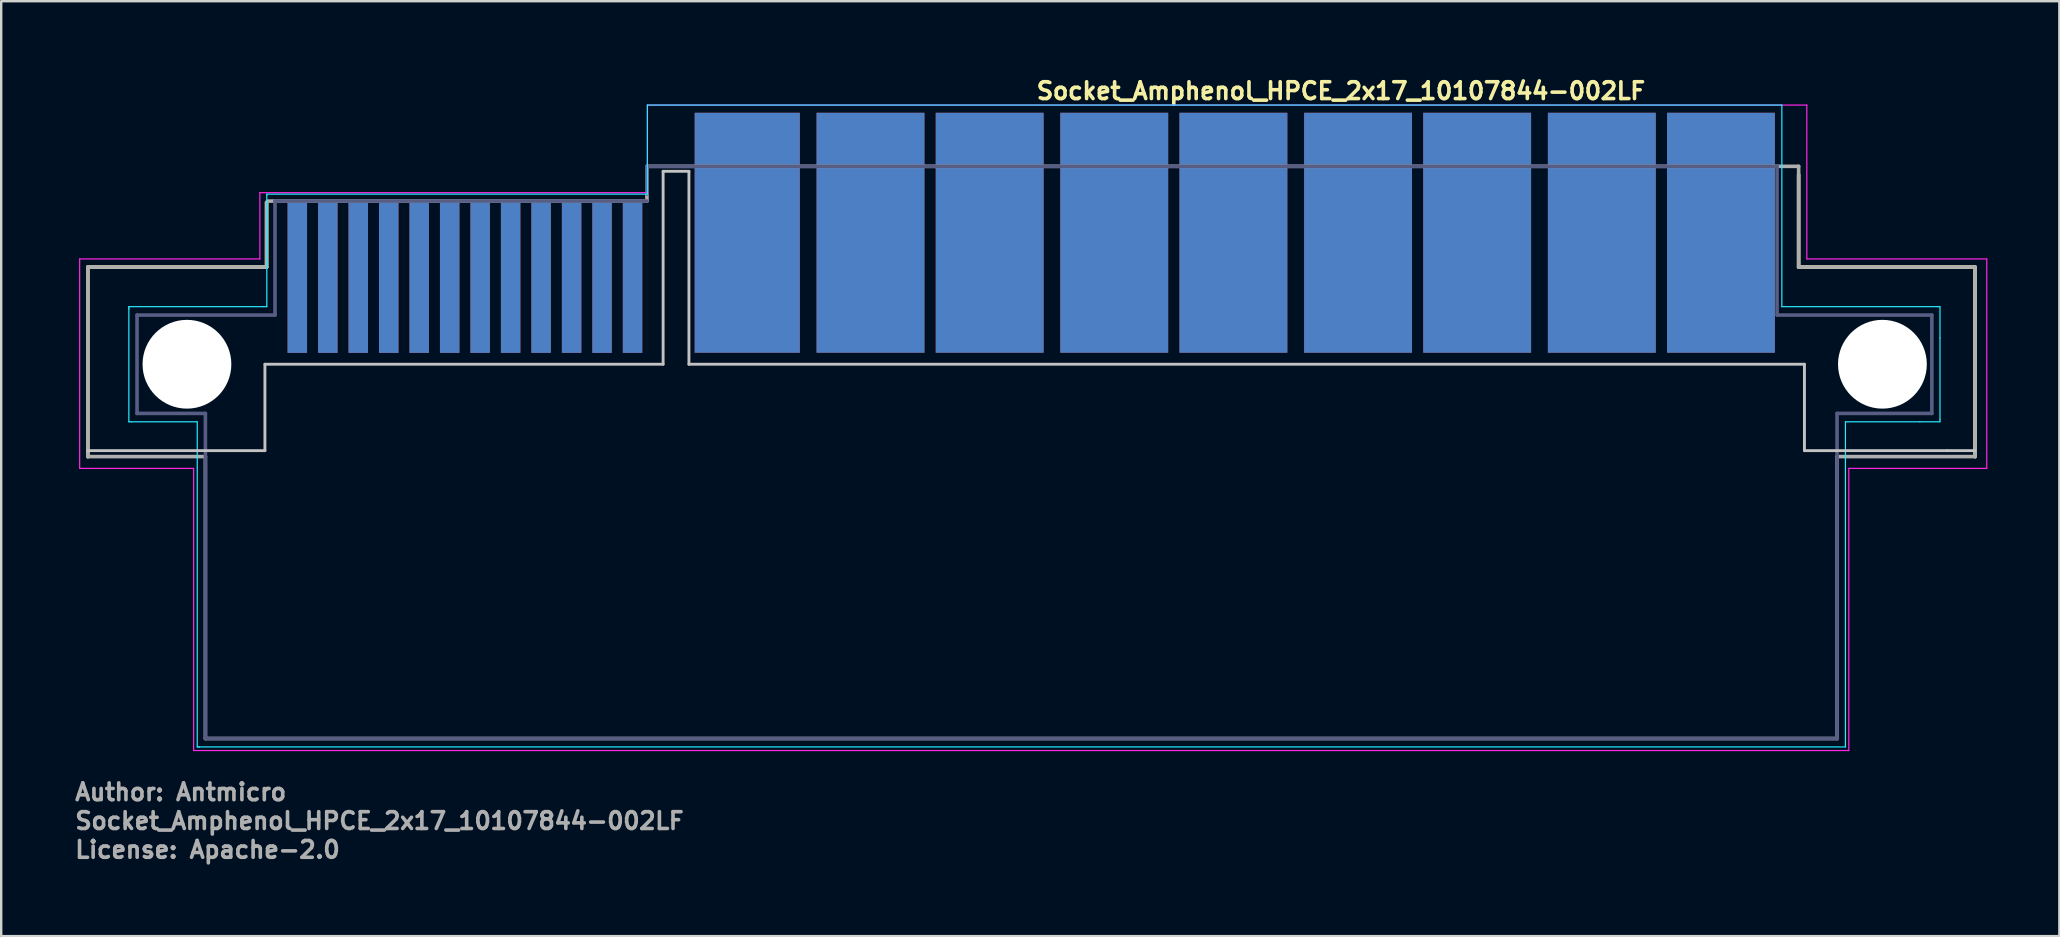
<source format=kicad_pcb>
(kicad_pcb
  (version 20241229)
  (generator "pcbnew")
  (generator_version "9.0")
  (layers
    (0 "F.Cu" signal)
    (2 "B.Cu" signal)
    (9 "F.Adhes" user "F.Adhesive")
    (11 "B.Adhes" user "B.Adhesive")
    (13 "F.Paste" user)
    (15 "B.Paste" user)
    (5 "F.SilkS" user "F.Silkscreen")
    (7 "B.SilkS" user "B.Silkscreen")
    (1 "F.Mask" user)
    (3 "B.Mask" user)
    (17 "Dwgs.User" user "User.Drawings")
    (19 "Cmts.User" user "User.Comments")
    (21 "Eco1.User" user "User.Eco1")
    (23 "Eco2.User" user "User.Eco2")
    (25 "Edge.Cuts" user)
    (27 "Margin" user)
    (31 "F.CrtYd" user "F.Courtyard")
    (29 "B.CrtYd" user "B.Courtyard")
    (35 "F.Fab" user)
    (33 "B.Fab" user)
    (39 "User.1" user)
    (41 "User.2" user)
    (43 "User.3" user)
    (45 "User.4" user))
  (footprint "Socket_Amphenol_HPCE_2x17_10107844-002LF"
    (layer "F.Cu")
    (at 40.07 16.25)
    (property "Reference" "Socket_Amphenol_HPCE_2x17_10107844-002LF" (at 0 -15.1 0) (layer "F.SilkS") (effects (font (size 0.7 0.7) (thickness 0.15)) (justify left bottom)))
    (fp_poly (pts (xy -9.789 -4.6) (xy -14.168 -4.6) (xy -14.168 -11.91) (xy -9.789 -11.91)) (stroke (width 0.1) (type solid)) (fill yes) (layer "F.Mask"))
    (fp_poly (pts (xy -4.608 -4.6) (xy -9.088 -4.6) (xy -9.088 -11.91) (xy -4.608 -11.91)) (stroke (width 0.1) (type solid)) (fill yes) (layer "F.Mask"))
    (fp_poly (pts (xy 5.601 -4.609) (xy 1.1 -4.609) (xy 1.1 -11.959) (xy 5.601 -11.959)) (stroke (width 0.1) (type solid)) (fill yes) (layer "F.Mask"))
    (fp_poly (pts (xy 10.571 -4.609) (xy 6.071 -4.609) (xy 6.071 -11.959) (xy 10.571 -11.959)) (stroke (width 0.1) (type solid)) (fill yes) (layer "F.Mask"))
    (fp_poly (pts (xy 15.761 -4.609) (xy 11.261 -4.609) (xy 11.261 -11.959) (xy 15.761 -11.959)) (stroke (width 0.1) (type solid)) (fill yes) (layer "F.Mask"))
    (fp_poly (pts (xy 20.73 -4.619) (xy 16.23 -4.619) (xy 16.23 -11.969) (xy 20.73 -11.969)) (stroke (width 0.1) (type solid)) (fill yes) (layer "F.Mask"))
    (fp_poly (pts (xy 25.921 -4.63) (xy 21.421 -4.63) (xy 21.421 -11.98) (xy 25.921 -11.98)) (stroke (width 0.1) (type solid)) (fill yes) (layer "F.Mask"))
    (fp_poly (pts (xy 30.89 -4.63) (xy 26.39 -4.63) (xy 26.39 -11.98) (xy 30.89 -11.98)) (stroke (width 0.1) (type solid)) (fill yes) (layer "F.Mask"))
    (fp_poly (pts (xy 0.371 -4.6) (xy -4.128 -4.6) (xy -4.128 -11.808) (xy -4.128 -11.94) (xy 0.371 -11.94)) (stroke (width 0.1) (type solid)) (fill yes) (layer "F.Mask"))
    (fp_poly (pts (xy -9.789 -4.6) (xy -14.168 -4.6) (xy -14.168 -11.91) (xy -9.789 -11.91)) (stroke (width 0.1) (type solid)) (fill yes) (layer "B.Mask"))
    (fp_poly (pts (xy -4.608 -4.6) (xy -9.088 -4.6) (xy -9.088 -11.91) (xy -4.608 -11.91)) (stroke (width 0.1) (type solid)) (fill yes) (layer "B.Mask"))
    (fp_poly (pts (xy 0.366 -4.595) (xy -4.114 -4.595) (xy -4.114 -11.905) (xy 0.366 -11.905)) (stroke (width 0.1) (type solid)) (fill yes) (layer "B.Mask"))
    (fp_poly (pts (xy 5.596 -4.619) (xy 1.116 -4.619) (xy 1.116 -11.93) (xy 5.596 -11.93)) (stroke (width 0.1) (type solid)) (fill yes) (layer "B.Mask"))
    (fp_poly (pts (xy 10.571 -4.619) (xy 6.091 -4.619) (xy 6.091 -11.93) (xy 10.571 -11.93)) (stroke (width 0.1) (type solid)) (fill yes) (layer "B.Mask"))
    (fp_poly (pts (xy 15.77 -4.619) (xy 11.265 -4.614) (xy 11.265 -11.924) (xy 15.77 -11.93)) (stroke (width 0.1) (type solid)) (fill yes) (layer "B.Mask"))
    (fp_poly (pts (xy 20.695 -4.619) (xy 16.215 -4.619) (xy 16.215 -11.93) (xy 20.695 -11.93)) (stroke (width 0.1) (type solid)) (fill yes) (layer "B.Mask"))
    (fp_poly (pts (xy 25.921 -4.644) (xy 21.441 -4.644) (xy 21.441 -11.955) (xy 25.921 -11.955)) (stroke (width 0.1) (type solid)) (fill yes) (layer "B.Mask"))
    (fp_poly (pts (xy 30.87 -4.644) (xy 26.39 -4.644) (xy 26.39 -11.955) (xy 30.87 -11.955)) (stroke (width 0.1) (type solid)) (fill yes) (layer "B.Mask"))
    (fp_line (start -39.458 -8.17) (end -39.458 -0.27) (stroke (width 0.15) (type solid)) (layer "F.SilkS"))
    (fp_line (start -39.458 -8.17) (end -32.009 -8.17) (stroke (width 0.15) (type solid)) (layer "F.SilkS"))
    (fp_line (start -32.009 -8.17) (end -32.009 -10.869) (stroke (width 0.15) (type solid)) (layer "F.SilkS"))
    (fp_line (start 31.84 -8.17) (end 31.84 -12.02) (stroke (width 0.15) (type solid)) (layer "F.SilkS"))
    (fp_line (start 32.191 -8.17) (end 31.84 -8.17) (stroke (width 0.15) (type solid)) (layer "F.SilkS"))
    (fp_line (start 39.191 -8.17) (end 32.191 -8.17) (stroke (width 0.15) (type solid)) (layer "F.SilkS"))
    (fp_line (start 39.191 -8.17) (end 39.191 -0.27) (stroke (width 0.15) (type solid)) (layer "F.SilkS"))
    (fp_poly (pts (xy -9.959 -4.619) (xy -14.058 -4.619) (xy -14.058 -11.82) (xy -9.959 -11.82)) (stroke (width 0.1) (type solid)) (fill yes) (layer "F.Paste"))
    (fp_poly (pts (xy -4.759 -4.72) (xy -8.959 -4.72) (xy -8.959 -11.82) (xy -4.759 -11.82)) (stroke (width 0.1) (type solid)) (fill yes) (layer "F.Paste"))
    (fp_poly (pts (xy 0.19 -4.72) (xy -4.009 -4.72) (xy -4.009 -11.82) (xy 0.19 -11.82)) (stroke (width 0.1) (type solid)) (fill yes) (layer "F.Paste"))
    (fp_poly (pts (xy 5.441 -4.72) (xy 1.241 -4.72) (xy 1.241 -11.82) (xy 5.441 -11.82)) (stroke (width 0.1) (type solid)) (fill yes) (layer "F.Paste"))
    (fp_poly (pts (xy 10.441 -4.72) (xy 6.24 -4.72) (xy 6.24 -11.82) (xy 10.441 -11.82)) (stroke (width 0.1) (type solid)) (fill yes) (layer "F.Paste"))
    (fp_poly (pts (xy 15.64 -4.72) (xy 11.441 -4.72) (xy 11.441 -11.82) (xy 15.64 -11.82)) (stroke (width 0.1) (type solid)) (fill yes) (layer "F.Paste"))
    (fp_poly (pts (xy 20.59 -4.72) (xy 16.39 -4.72) (xy 16.39 -11.82) (xy 20.59 -11.82)) (stroke (width 0.1) (type solid)) (fill yes) (layer "F.Paste"))
    (fp_poly (pts (xy 25.791 -4.72) (xy 21.59 -4.72) (xy 21.59 -11.82) (xy 25.791 -11.82)) (stroke (width 0.1) (type solid)) (fill yes) (layer "F.Paste"))
    (fp_poly (pts (xy 30.741 -4.72) (xy 26.541 -4.72) (xy 26.541 -11.82) (xy 30.741 -11.82)) (stroke (width 0.1) (type solid)) (fill yes) (layer "F.Paste"))
    (fp_poly (pts (xy -9.859 -4.72) (xy -14.058 -4.72) (xy -14.058 -11.719) (xy -9.859 -11.719)) (stroke (width 0.1) (type solid)) (fill yes) (layer "B.Paste"))
    (fp_poly (pts (xy -4.754 -4.715) (xy -8.949 -4.72) (xy -8.956 -11.821) (xy -4.761 -11.817)) (stroke (width 0.1) (type solid)) (fill yes) (layer "B.Paste"))
    (fp_poly (pts (xy 0.235 -4.715) (xy -3.959 -4.72) (xy -3.966 -11.821) (xy 0.227 -11.817)) (stroke (width 0.1) (type solid)) (fill yes) (layer "B.Paste"))
    (fp_poly (pts (xy 5.436 -4.715) (xy 1.241 -4.72) (xy 1.233 -11.821) (xy 5.428 -11.817)) (stroke (width 0.1) (type solid)) (fill yes) (layer "B.Paste"))
    (fp_poly (pts (xy 10.435 -4.715) (xy 6.24 -4.72) (xy 6.232 -11.821) (xy 10.428 -11.817)) (stroke (width 0.1) (type solid)) (fill yes) (layer "B.Paste"))
    (fp_poly (pts (xy 15.586 -4.715) (xy 11.39 -4.72) (xy 11.383 -11.821) (xy 15.578 -11.817)) (stroke (width 0.1) (type solid)) (fill yes) (layer "B.Paste"))
    (fp_poly (pts (xy 20.535 -4.765) (xy 16.34 -4.769) (xy 16.332 -11.872) (xy 20.528 -11.866)) (stroke (width 0.1) (type solid)) (fill yes) (layer "B.Paste"))
    (fp_poly (pts (xy 25.736 -4.715) (xy 21.541 -4.72) (xy 21.532 -11.821) (xy 25.727 -11.817)) (stroke (width 0.1) (type solid)) (fill yes) (layer "B.Paste"))
    (fp_poly (pts (xy 30.686 -4.765) (xy 26.491 -4.769) (xy 26.483 -11.872) (xy 30.677 -11.866)) (stroke (width 0.1) (type solid)) (fill yes) (layer "B.Paste"))
    (fp_line (start -32.079 -4.12) (end -32.079 -0.52) (stroke (width 0.12) (type solid)) (layer "Dwgs.User"))
    (fp_line (start -32.079 -4.12) (end -15.484 -4.12) (stroke (width 0.12) (type solid)) (layer "Dwgs.User"))
    (fp_line (start -32.079 -0.52) (end -39.458 -0.52) (stroke (width 0.12) (type solid)) (layer "Dwgs.User"))
    (fp_line (start -15.484 -12.16) (end -15.484 -4.12) (stroke (width 0.12) (type solid)) (layer "Dwgs.User"))
    (fp_line (start -14.408 -12.16) (end -15.484 -12.16) (stroke (width 0.12) (type solid)) (layer "Dwgs.User"))
    (fp_line (start -14.408 -12.16) (end -14.408 -4.12) (stroke (width 0.12) (type solid)) (layer "Dwgs.User"))
    (fp_line (start -14.408 -4.12) (end 32.081 -4.12) (stroke (width 0.12) (type solid)) (layer "Dwgs.User"))
    (fp_line (start 32.081 -4.12) (end 32.081 -0.52) (stroke (width 0.12) (type solid)) (layer "Dwgs.User"))
    (fp_line (start 32.081 -0.52) (end 38.041 -0.52) (stroke (width 0.12) (type solid)) (layer "Dwgs.User"))
    (fp_line (start 38.041 -0.52) (end 39.191 -0.52) (stroke (width 0.12) (type solid)) (layer "Dwgs.User"))
    (fp_line (start -37.75 -6.52) (end -32.15 -6.52) (stroke (width 0.05) (type solid)) (layer "B.CrtYd"))
    (fp_line (start -37.75 -6.47) (end -37.75 -6.52) (stroke (width 0.05) (type solid)) (layer "B.CrtYd"))
    (fp_line (start -37.75 -6.42) (end -37.75 -6.47) (stroke (width 0.05) (type solid)) (layer "B.CrtYd"))
    (fp_line (start -37.75 -1.72) (end -37.75 -6.42) (stroke (width 0.05) (type solid)) (layer "B.CrtYd"))
    (fp_line (start -37.65 -1.72) (end -37.75 -1.72) (stroke (width 0.05) (type solid)) (layer "B.CrtYd"))
    (fp_line (start -34.9 -1.72) (end -37.65 -1.72) (stroke (width 0.05) (type solid)) (layer "B.CrtYd"))
    (fp_line (start -34.9 11.83) (end -34.9 -1.72) (stroke (width 0.05) (type solid)) (layer "B.CrtYd"))
    (fp_line (start -34.84 11.83) (end -34.9 11.83) (stroke (width 0.05) (type solid)) (layer "B.CrtYd"))
    (fp_line (start -34.8 11.83) (end -34.84 11.83) (stroke (width 0.05) (type solid)) (layer "B.CrtYd"))
    (fp_line (start -32.15 -6.52) (end -32 -6.52) (stroke (width 0.05) (type solid)) (layer "B.CrtYd"))
    (fp_line (start -32 -11.21) (end -16.14 -11.21) (stroke (width 0.05) (type solid)) (layer "B.CrtYd"))
    (fp_line (start -32 -11.17) (end -32 -11.21) (stroke (width 0.05) (type solid)) (layer "B.CrtYd"))
    (fp_line (start -32 -6.52) (end -32 -11.17) (stroke (width 0.05) (type solid)) (layer "B.CrtYd"))
    (fp_line (start -16.14 -14.92) (end -16.14 -11.21) (stroke (width 0.05) (type solid)) (layer "B.CrtYd"))
    (fp_line (start -16.14 -14.92) (end 31.14 -14.92) (stroke (width 0.05) (type solid)) (layer "B.CrtYd"))
    (fp_line (start 31.14 -6.52) (end 31.14 -14.92) (stroke (width 0.05) (type solid)) (layer "B.CrtYd"))
    (fp_line (start 31.14 -6.52) (end 37.64 -6.52) (stroke (width 0.05) (type solid)) (layer "B.CrtYd"))
    (fp_line (start 33.79 -1.72) (end 33.79 11.78) (stroke (width 0.05) (type solid)) (layer "B.CrtYd"))
    (fp_line (start 33.79 11.78) (end 33.79 11.83) (stroke (width 0.05) (type solid)) (layer "B.CrtYd"))
    (fp_line (start 33.79 11.83) (end -34.8 11.83) (stroke (width 0.05) (type solid)) (layer "B.CrtYd"))
    (fp_line (start 36.89 -1.72) (end 33.79 -1.72) (stroke (width 0.05) (type solid)) (layer "B.CrtYd"))
    (fp_line (start 37.64 -6.52) (end 37.73 -6.52) (stroke (width 0.05) (type solid)) (layer "B.CrtYd"))
    (fp_line (start 37.73 -6.52) (end 37.73 -5.22) (stroke (width 0.05) (type solid)) (layer "B.CrtYd"))
    (fp_line (start 37.73 -5.22) (end 37.73 -1.82) (stroke (width 0.05) (type solid)) (layer "B.CrtYd"))
    (fp_line (start 37.73 -1.82) (end 37.73 -1.72) (stroke (width 0.05) (type solid)) (layer "B.CrtYd"))
    (fp_line (start 37.73 -1.72) (end 36.89 -1.72) (stroke (width 0.05) (type solid)) (layer "B.CrtYd"))
    (fp_line (start -39.8 -8.51) (end -32.29 -8.51) (stroke (width 0.05) (type solid)) (layer "F.CrtYd"))
    (fp_line (start -39.8 0.22) (end -39.8 -8.51) (stroke (width 0.05) (type solid)) (layer "F.CrtYd"))
    (fp_line (start -35.05 0.22) (end -39.8 0.22) (stroke (width 0.05) (type solid)) (layer "F.CrtYd"))
    (fp_line (start -35.05 11.98) (end -35.05 0.22) (stroke (width 0.05) (type solid)) (layer "F.CrtYd"))
    (fp_line (start -32.29 -11.27) (end -16.14 -11.27) (stroke (width 0.05) (type solid)) (layer "F.CrtYd"))
    (fp_line (start -32.29 -8.51) (end -32.29 -11.27) (stroke (width 0.05) (type solid)) (layer "F.CrtYd"))
    (fp_line (start -16.14 -14.92) (end 32.18 -14.92) (stroke (width 0.05) (type solid)) (layer "F.CrtYd"))
    (fp_line (start -16.14 -11.27) (end -16.14 -14.92) (stroke (width 0.05) (type solid)) (layer "F.CrtYd"))
    (fp_line (start 32.18 -8.51) (end 32.18 -14.92) (stroke (width 0.05) (type solid)) (layer "F.CrtYd"))
    (fp_line (start 32.18 -8.51) (end 39.68 -8.51) (stroke (width 0.05) (type solid)) (layer "F.CrtYd"))
    (fp_line (start 33.93 0.22) (end 33.93 11.98) (stroke (width 0.05) (type solid)) (layer "F.CrtYd"))
    (fp_line (start 33.93 11.98) (end -35.05 11.98) (stroke (width 0.05) (type solid)) (layer "F.CrtYd"))
    (fp_line (start 39.68 -8.51) (end 39.68 0.22) (stroke (width 0.05) (type solid)) (layer "F.CrtYd"))
    (fp_line (start 39.68 0.22) (end 33.93 0.22) (stroke (width 0.05) (type solid)) (layer "F.CrtYd"))
    (fp_line (start -37.409 -6.17) (end -31.659 -6.17) (stroke (width 0.15) (type solid)) (layer "B.Fab"))
    (fp_line (start -37.409 -2.07) (end -37.409 -6.17) (stroke (width 0.15) (type solid)) (layer "B.Fab"))
    (fp_line (start -34.559 -2.07) (end -37.409 -2.07) (stroke (width 0.15) (type solid)) (layer "B.Fab"))
    (fp_line (start -34.559 -2.07) (end -34.559 11.48) (stroke (width 0.15) (type solid)) (layer "B.Fab"))
    (fp_line (start -34.559 11.48) (end 33.441 11.48) (stroke (width 0.15) (type solid)) (layer "B.Fab"))
    (fp_line (start -31.659 -10.92) (end -16.158 -10.92) (stroke (width 0.15) (type solid)) (layer "B.Fab"))
    (fp_line (start -31.659 -6.17) (end -31.659 -10.92) (stroke (width 0.15) (type solid)) (layer "B.Fab"))
    (fp_line (start -16.158 -12.369) (end 30.941 -12.369) (stroke (width 0.15) (type solid)) (layer "B.Fab"))
    (fp_line (start -16.158 -11.219) (end -16.158 -12.369) (stroke (width 0.15) (type solid)) (layer "B.Fab"))
    (fp_line (start 30.941 -6.17) (end 30.941 -12.369) (stroke (width 0.15) (type solid)) (layer "B.Fab"))
    (fp_line (start 33.441 -2.07) (end 33.441 11.48) (stroke (width 0.15) (type solid)) (layer "B.Fab"))
    (fp_line (start 37.391 -6.17) (end 30.941 -6.17) (stroke (width 0.15) (type solid)) (layer "B.Fab"))
    (fp_line (start 37.391 -2.07) (end 33.441 -2.07) (stroke (width 0.15) (type solid)) (layer "B.Fab"))
    (fp_line (start 37.391 -2.07) (end 37.391 -6.17) (stroke (width 0.15) (type solid)) (layer "B.Fab"))
    (fp_line (start -39.458 -8.17) (end -39.458 -0.27) (stroke (width 0.15) (type solid)) (layer "F.Fab"))
    (fp_line (start -39.458 -8.17) (end -32.009 -8.17) (stroke (width 0.15) (type solid)) (layer "F.Fab"))
    (fp_line (start -34.559 -0.27) (end -39.458 -0.27) (stroke (width 0.15) (type solid)) (layer "F.Fab"))
    (fp_line (start -34.559 -0.27) (end -34.559 11.48) (stroke (width 0.15) (type solid)) (layer "F.Fab"))
    (fp_line (start -34.559 11.48) (end 33.441 11.48) (stroke (width 0.15) (type solid)) (layer "F.Fab"))
    (fp_line (start -32.009 -8.17) (end -32.009 -10.869) (stroke (width 0.15) (type solid)) (layer "F.Fab"))
    (fp_line (start -16.158 -12.369) (end 31.84 -12.369) (stroke (width 0.15) (type solid)) (layer "F.Fab"))
    (fp_line (start -16.158 -10.92) (end -31.958 -10.92) (stroke (width 0.15) (type solid)) (layer "F.Fab"))
    (fp_line (start -16.158 -10.92) (end -16.158 -12.369) (stroke (width 0.15) (type solid)) (layer "F.Fab"))
    (fp_line (start 31.84 -8.17) (end 31.84 -12.369) (stroke (width 0.15) (type solid)) (layer "F.Fab"))
    (fp_line (start 33.441 -0.27) (end 33.441 11.48) (stroke (width 0.15) (type solid)) (layer "F.Fab"))
    (fp_line (start 39.191 -8.17) (end 31.84 -8.17) (stroke (width 0.15) (type solid)) (layer "F.Fab"))
    (fp_line (start 39.191 -8.17) (end 39.191 -0.27) (stroke (width 0.15) (type solid)) (layer "F.Fab"))
    (fp_line (start 39.191 -0.27) (end 33.441 -0.27) (stroke (width 0.15) (type solid)) (layer "F.Fab"))
    (fp_rect (start -39.079 -11.119) (end 39.08 11.12) (stroke (width 0.1) (type solid)) (fill no) (layer "User.5"))
    (fp_line (start -39.079 -7.38) (end -39.079 -0.88) (stroke (width 0.02) (type solid)) (layer "User.9"))
    (fp_line (start -39.079 -7.38) (end -39.077 -7.404) (stroke (width 0.02) (type solid)) (layer "User.9"))
    (fp_line (start -39.077 -7.404) (end -39.076 -7.429) (stroke (width 0.02) (type solid)) (layer "User.9"))
    (fp_line (start -39.077 -0.855) (end -39.079 -0.88) (stroke (width 0.02) (type solid)) (layer "User.9"))
    (fp_line (start -39.076 -7.429) (end -39.073 -7.452) (stroke (width 0.02) (type solid)) (layer "User.9"))
    (fp_line (start -39.076 -0.83) (end -39.077 -0.855) (stroke (width 0.02) (type solid)) (layer "User.9"))
    (fp_line (start -39.073 -7.452) (end -39.068 -7.478) (stroke (width 0.02) (type solid)) (layer "User.9"))
    (fp_line (start -39.073 -0.806) (end -39.076 -0.83) (stroke (width 0.02) (type solid)) (layer "User.9"))
    (fp_line (start -39.068 -7.478) (end -39.062 -7.5) (stroke (width 0.02) (type solid)) (layer "User.9"))
    (fp_line (start -39.068 -0.781) (end -39.073 -0.806) (stroke (width 0.02) (type solid)) (layer "User.9"))
    (fp_line (start -39.062 -7.5) (end -39.056 -7.525) (stroke (width 0.02) (type solid)) (layer "User.9"))
    (fp_line (start -39.062 -0.758) (end -39.068 -0.781) (stroke (width 0.02) (type solid)) (layer "User.9"))
    (fp_line (start -39.056 -7.525) (end -39.049 -7.548) (stroke (width 0.02) (type solid)) (layer "User.9"))
    (fp_line (start -39.056 -0.734) (end -39.062 -0.758) (stroke (width 0.02) (type solid)) (layer "User.9"))
    (fp_line (start -39.049 -7.548) (end -39.04 -7.571) (stroke (width 0.02) (type solid)) (layer "User.9"))
    (fp_line (start -39.049 -0.711) (end -39.056 -0.734) (stroke (width 0.02) (type solid)) (layer "User.9"))
    (fp_line (start -39.04 -7.571) (end -39.031 -7.593) (stroke (width 0.02) (type solid)) (layer "User.9"))
    (fp_line (start -39.04 -0.688) (end -39.049 -0.711) (stroke (width 0.02) (type solid)) (layer "User.9"))
    (fp_line (start -39.031 -7.593) (end -39.019 -7.615) (stroke (width 0.02) (type solid)) (layer "User.9"))
    (fp_line (start -39.031 -0.666) (end -39.04 -0.688) (stroke (width 0.02) (type solid)) (layer "User.9"))
    (fp_line (start -39.019 -7.615) (end -39.007 -7.635) (stroke (width 0.02) (type solid)) (layer "User.9"))
    (fp_line (start -39.019 -0.644) (end -39.031 -0.666) (stroke (width 0.02) (type solid)) (layer "User.9"))
    (fp_line (start -39.007 -7.635) (end -38.994 -7.657) (stroke (width 0.02) (type solid)) (layer "User.9"))
    (fp_line (start -39.007 -0.623) (end -39.019 -0.644) (stroke (width 0.02) (type solid)) (layer "User.9"))
    (fp_line (start -38.994 -7.657) (end -38.979 -7.676) (stroke (width 0.02) (type solid)) (layer "User.9"))
    (fp_line (start -38.994 -0.602) (end -39.007 -0.623) (stroke (width 0.02) (type solid)) (layer "User.9"))
    (fp_line (start -38.979 -7.676) (end -38.964 -7.696) (stroke (width 0.02) (type solid)) (layer "User.9"))
    (fp_line (start -38.979 -0.582) (end -38.994 -0.602) (stroke (width 0.02) (type solid)) (layer "User.9"))
    (fp_line (start -38.964 -7.696) (end -38.949 -7.715) (stroke (width 0.02) (type solid)) (layer "User.9"))
    (fp_line (start -38.964 -0.563) (end -38.979 -0.582) (stroke (width 0.02) (type solid)) (layer "User.9"))
    (fp_line (start -38.949 -7.715) (end -38.931 -7.733) (stroke (width 0.02) (type solid)) (layer "User.9"))
    (fp_line (start -38.949 -0.544) (end -38.964 -0.563) (stroke (width 0.02) (type solid)) (layer "User.9"))
    (fp_line (start -38.931 -7.733) (end -38.931 -7.733) (stroke (width 0.02) (type solid)) (layer "User.9"))
    (fp_line (start -38.931 -7.733) (end -38.913 -7.75) (stroke (width 0.02) (type solid)) (layer "User.9"))
    (fp_line (start -38.931 -0.526) (end -38.949 -0.544) (stroke (width 0.02) (type solid)) (layer "User.9"))
    (fp_line (start -38.931 -0.526) (end -38.931 -0.526) (stroke (width 0.02) (type solid)) (layer "User.9"))
    (fp_line (start -38.913 -7.75) (end -38.894 -7.766) (stroke (width 0.02) (type solid)) (layer "User.9"))
    (fp_line (start -38.913 -0.51) (end -38.931 -0.526) (stroke (width 0.02) (type solid)) (layer "User.9"))
    (fp_line (start -38.894 -7.766) (end -38.876 -7.781) (stroke (width 0.02) (type solid)) (layer "User.9"))
    (fp_line (start -38.894 -0.494) (end -38.913 -0.51) (stroke (width 0.02) (type solid)) (layer "User.9"))
    (fp_line (start -38.876 -7.781) (end -38.855 -7.795) (stroke (width 0.02) (type solid)) (layer "User.9"))
    (fp_line (start -38.876 -0.479) (end -38.894 -0.494) (stroke (width 0.02) (type solid)) (layer "User.9"))
    (fp_line (start -38.855 -7.795) (end -38.835 -7.808) (stroke (width 0.02) (type solid)) (layer "User.9"))
    (fp_line (start -38.855 -0.465) (end -38.876 -0.479) (stroke (width 0.02) (type solid)) (layer "User.9"))
    (fp_line (start -38.835 -7.808) (end -38.814 -7.821) (stroke (width 0.02) (type solid)) (layer "User.9"))
    (fp_line (start -38.835 -0.451) (end -38.855 -0.465) (stroke (width 0.02) (type solid)) (layer "User.9"))
    (fp_line (start -38.814 -7.821) (end -38.791 -7.832) (stroke (width 0.02) (type solid)) (layer "User.9"))
    (fp_line (start -38.814 -0.439) (end -38.835 -0.451) (stroke (width 0.02) (type solid)) (layer "User.9"))
    (fp_line (start -38.791 -7.832) (end -38.769 -7.84) (stroke (width 0.02) (type solid)) (layer "User.9"))
    (fp_line (start -38.791 -0.428) (end -38.814 -0.439) (stroke (width 0.02) (type solid)) (layer "User.9"))
    (fp_line (start -38.769 -7.84) (end -38.747 -7.849) (stroke (width 0.02) (type solid)) (layer "User.9"))
    (fp_line (start -38.769 -0.419) (end -38.791 -0.428) (stroke (width 0.02) (type solid)) (layer "User.9"))
    (fp_line (start -38.747 -7.849) (end -38.723 -7.858) (stroke (width 0.02) (type solid)) (layer "User.9"))
    (fp_line (start -38.747 -0.41) (end -38.769 -0.419) (stroke (width 0.02) (type solid)) (layer "User.9"))
    (fp_line (start -38.723 -7.858) (end -38.699 -7.864) (stroke (width 0.02) (type solid)) (layer "User.9"))
    (fp_line (start -38.723 -0.402) (end -38.747 -0.41) (stroke (width 0.02) (type solid)) (layer "User.9"))
    (fp_line (start -38.699 -7.864) (end -38.677 -7.869) (stroke (width 0.02) (type solid)) (layer "User.9"))
    (fp_line (start -38.699 -0.396) (end -38.723 -0.402) (stroke (width 0.02) (type solid)) (layer "User.9"))
    (fp_line (start -38.677 -7.869) (end -38.652 -7.874) (stroke (width 0.02) (type solid)) (layer "User.9"))
    (fp_line (start -38.677 -0.39) (end -38.699 -0.396) (stroke (width 0.02) (type solid)) (layer "User.9"))
    (fp_line (start -38.652 -7.874) (end -38.628 -7.877) (stroke (width 0.02) (type solid)) (layer "User.9"))
    (fp_line (start -38.652 -0.386) (end -38.677 -0.39) (stroke (width 0.02) (type solid)) (layer "User.9"))
    (fp_line (start -38.628 -7.877) (end -38.602 -7.878) (stroke (width 0.02) (type solid)) (layer "User.9"))
    (fp_line (start -38.628 -0.383) (end -38.652 -0.386) (stroke (width 0.02) (type solid)) (layer "User.9"))
    (fp_line (start -38.602 -7.878) (end -38.579 -7.88) (stroke (width 0.02) (type solid)) (layer "User.9"))
    (fp_line (start -38.602 -0.381) (end -38.628 -0.383) (stroke (width 0.02) (type solid)) (layer "User.9"))
    (fp_line (start -38.579 -0.38) (end -38.602 -0.381) (stroke (width 0.02) (type solid)) (layer "User.9"))
    (fp_line (start -38.579 -0.38) (end -34.399 -0.38) (stroke (width 0.02) (type solid)) (layer "User.9"))
    (fp_line (start -37.168 -4.12) (end -37.163 -3.997) (stroke (width 0.02) (type solid)) (layer "User.9"))
    (fp_line (start -37.166 -4.181) (end -37.168 -4.12) (stroke (width 0.02) (type solid)) (layer "User.9"))
    (fp_line (start -37.163 -4.242) (end -37.166 -4.181) (stroke (width 0.02) (type solid)) (layer "User.9"))
    (fp_line (start -37.163 -3.997) (end -37.152 -3.876) (stroke (width 0.02) (type solid)) (layer "User.9"))
    (fp_line (start -37.159 -4.303) (end -37.163 -4.242) (stroke (width 0.02) (type solid)) (layer "User.9"))
    (fp_line (start -37.152 -4.362) (end -37.159 -4.303) (stroke (width 0.02) (type solid)) (layer "User.9"))
    (fp_line (start -37.152 -3.876) (end -37.132 -3.757) (stroke (width 0.02) (type solid)) (layer "User.9"))
    (fp_line (start -37.143 -4.423) (end -37.152 -4.362) (stroke (width 0.02) (type solid)) (layer "User.9"))
    (fp_line (start -37.132 -4.482) (end -37.143 -4.423) (stroke (width 0.02) (type solid)) (layer "User.9"))
    (fp_line (start -37.132 -3.757) (end -37.104 -3.639) (stroke (width 0.02) (type solid)) (layer "User.9"))
    (fp_line (start -37.12 -4.541) (end -37.132 -4.482) (stroke (width 0.02) (type solid)) (layer "User.9"))
    (fp_line (start -37.104 -4.6) (end -37.12 -4.541) (stroke (width 0.02) (type solid)) (layer "User.9"))
    (fp_line (start -37.104 -3.639) (end -37.07 -3.525) (stroke (width 0.02) (type solid)) (layer "User.9"))
    (fp_line (start -37.088 -4.657) (end -37.104 -4.6) (stroke (width 0.02) (type solid)) (layer "User.9"))
    (fp_line (start -37.07 -4.714) (end -37.088 -4.657) (stroke (width 0.02) (type solid)) (layer "User.9"))
    (fp_line (start -37.07 -3.525) (end -37.028 -3.412) (stroke (width 0.02) (type solid)) (layer "User.9"))
    (fp_line (start -37.05 -4.769) (end -37.07 -4.714) (stroke (width 0.02) (type solid)) (layer "User.9"))
    (fp_line (start -37.028 -4.826) (end -37.05 -4.769) (stroke (width 0.02) (type solid)) (layer "User.9"))
    (fp_line (start -37.028 -3.412) (end -36.977 -3.305) (stroke (width 0.02) (type solid)) (layer "User.9"))
    (fp_line (start -37.004 -4.881) (end -37.028 -4.826) (stroke (width 0.02) (type solid)) (layer "User.9"))
    (fp_line (start -36.977 -4.933) (end -37.004 -4.881) (stroke (width 0.02) (type solid)) (layer "User.9"))
    (fp_line (start -36.977 -3.305) (end -36.921 -3.2) (stroke (width 0.02) (type solid)) (layer "User.9"))
    (fp_line (start -36.951 -4.987) (end -36.977 -4.933) (stroke (width 0.02) (type solid)) (layer "User.9"))
    (fp_line (start -36.921 -5.039) (end -36.951 -4.987) (stroke (width 0.02) (type solid)) (layer "User.9"))
    (fp_line (start -36.921 -3.2) (end -36.858 -3.098) (stroke (width 0.02) (type solid)) (layer "User.9"))
    (fp_line (start -36.891 -5.09) (end -36.921 -5.039) (stroke (width 0.02) (type solid)) (layer "User.9"))
    (fp_line (start -36.858 -5.141) (end -36.891 -5.09) (stroke (width 0.02) (type solid)) (layer "User.9"))
    (fp_line (start -36.858 -3.098) (end -36.79 -3.001) (stroke (width 0.02) (type solid)) (layer "User.9"))
    (fp_line (start -36.824 -5.189) (end -36.858 -5.141) (stroke (width 0.02) (type solid)) (layer "User.9"))
    (fp_line (start -36.79 -5.237) (end -36.824 -5.189) (stroke (width 0.02) (type solid)) (layer "User.9"))
    (fp_line (start -36.79 -3.001) (end -36.714 -2.908) (stroke (width 0.02) (type solid)) (layer "User.9"))
    (fp_line (start -36.753 -5.285) (end -36.79 -5.237) (stroke (width 0.02) (type solid)) (layer "User.9"))
    (fp_line (start -36.714 -5.33) (end -36.753 -5.285) (stroke (width 0.02) (type solid)) (layer "User.9"))
    (fp_line (start -36.714 -2.908) (end -36.632 -2.821) (stroke (width 0.02) (type solid)) (layer "User.9"))
    (fp_line (start -36.674 -5.375) (end -36.714 -5.33) (stroke (width 0.02) (type solid)) (layer "User.9"))
    (fp_line (start -36.632 -5.417) (end -36.674 -5.375) (stroke (width 0.02) (type solid)) (layer "User.9"))
    (fp_line (start -36.632 -2.821) (end -36.544 -2.739) (stroke (width 0.02) (type solid)) (layer "User.9"))
    (fp_line (start -36.589 -5.46) (end -36.632 -5.417) (stroke (width 0.02) (type solid)) (layer "User.9"))
    (fp_line (start -36.544 -5.5) (end -36.589 -5.46) (stroke (width 0.02) (type solid)) (layer "User.9"))
    (fp_line (start -36.544 -2.739) (end -36.451 -2.662) (stroke (width 0.02) (type solid)) (layer "User.9"))
    (fp_line (start -36.498 -5.539) (end -36.544 -5.5) (stroke (width 0.02) (type solid)) (layer "User.9"))
    (fp_line (start -36.451 -5.577) (end -36.498 -5.539) (stroke (width 0.02) (type solid)) (layer "User.9"))
    (fp_line (start -36.451 -2.662) (end -36.352 -2.591) (stroke (width 0.02) (type solid)) (layer "User.9"))
    (fp_line (start -36.403 -5.612) (end -36.451 -5.577) (stroke (width 0.02) (type solid)) (layer "User.9"))
    (fp_line (start -36.352 -5.648) (end -36.403 -5.612) (stroke (width 0.02) (type solid)) (layer "User.9"))
    (fp_line (start -36.352 -2.591) (end -36.248 -2.525) (stroke (width 0.02) (type solid)) (layer "User.9"))
    (fp_line (start -36.3 -5.68) (end -36.352 -5.648) (stroke (width 0.02) (type solid)) (layer "User.9"))
    (fp_line (start -36.248 -5.712) (end -36.3 -5.68) (stroke (width 0.02) (type solid)) (layer "User.9"))
    (fp_line (start -36.248 -5.712) (end -36.248 -5.712) (stroke (width 0.02) (type solid)) (layer "User.9"))
    (fp_line (start -36.248 -2.525) (end -36.248 -2.525) (stroke (width 0.02) (type solid)) (layer "User.9"))
    (fp_line (start -36.248 -2.525) (end -36.14 -2.468) (stroke (width 0.02) (type solid)) (layer "User.9"))
    (fp_line (start -36.14 -5.771) (end -36.248 -5.712) (stroke (width 0.02) (type solid)) (layer "User.9"))
    (fp_line (start -36.14 -2.468) (end -36.028 -2.418) (stroke (width 0.02) (type solid)) (layer "User.9"))
    (fp_line (start -36.028 -5.821) (end -36.14 -5.771) (stroke (width 0.02) (type solid)) (layer "User.9"))
    (fp_line (start -36.028 -2.418) (end -35.915 -2.376) (stroke (width 0.02) (type solid)) (layer "User.9"))
    (fp_line (start -35.915 -5.862) (end -36.028 -5.821) (stroke (width 0.02) (type solid)) (layer "User.9"))
    (fp_line (start -35.915 -2.376) (end -35.8 -2.341) (stroke (width 0.02) (type solid)) (layer "User.9"))
    (fp_line (start -35.8 -5.898) (end -35.915 -5.862) (stroke (width 0.02) (type solid)) (layer "User.9"))
    (fp_line (start -35.8 -2.341) (end -35.684 -2.314) (stroke (width 0.02) (type solid)) (layer "User.9"))
    (fp_line (start -35.684 -5.925) (end -35.8 -5.898) (stroke (width 0.02) (type solid)) (layer "User.9"))
    (fp_line (start -35.684 -2.314) (end -35.565 -2.295) (stroke (width 0.02) (type solid)) (layer "User.9"))
    (fp_line (start -35.565 -5.944) (end -35.684 -5.925) (stroke (width 0.02) (type solid)) (layer "User.9"))
    (fp_line (start -35.565 -2.295) (end -35.448 -2.283) (stroke (width 0.02) (type solid)) (layer "User.9"))
    (fp_line (start -35.448 -5.955) (end -35.565 -5.944) (stroke (width 0.02) (type solid)) (layer "User.9"))
    (fp_line (start -35.448 -2.283) (end -35.329 -2.28) (stroke (width 0.02) (type solid)) (layer "User.9"))
    (fp_line (start -35.329 -5.96) (end -35.448 -5.955) (stroke (width 0.02) (type solid)) (layer "User.9"))
    (fp_line (start -35.329 -2.28) (end -35.208 -2.283) (stroke (width 0.02) (type solid)) (layer "User.9"))
    (fp_line (start -35.208 -5.955) (end -35.329 -5.96) (stroke (width 0.02) (type solid)) (layer "User.9"))
    (fp_line (start -35.208 -2.283) (end -35.09 -2.295) (stroke (width 0.02) (type solid)) (layer "User.9"))
    (fp_line (start -35.09 -5.944) (end -35.208 -5.955) (stroke (width 0.02) (type solid)) (layer "User.9"))
    (fp_line (start -35.09 -2.295) (end -34.973 -2.314) (stroke (width 0.02) (type solid)) (layer "User.9"))
    (fp_line (start -34.973 -5.925) (end -35.09 -5.944) (stroke (width 0.02) (type solid)) (layer "User.9"))
    (fp_line (start -34.973 -2.314) (end -34.855 -2.341) (stroke (width 0.02) (type solid)) (layer "User.9"))
    (fp_line (start -34.855 -5.898) (end -34.973 -5.925) (stroke (width 0.02) (type solid)) (layer "User.9"))
    (fp_line (start -34.855 -2.341) (end -34.741 -2.376) (stroke (width 0.02) (type solid)) (layer "User.9"))
    (fp_line (start -34.741 -5.862) (end -34.855 -5.898) (stroke (width 0.02) (type solid)) (layer "User.9"))
    (fp_line (start -34.741 -2.376) (end -34.628 -2.418) (stroke (width 0.02) (type solid)) (layer "User.9"))
    (fp_line (start -34.628 -5.821) (end -34.741 -5.862) (stroke (width 0.02) (type solid)) (layer "User.9"))
    (fp_line (start -34.628 -2.418) (end -34.516 -2.468) (stroke (width 0.02) (type solid)) (layer "User.9"))
    (fp_line (start -34.516 -5.771) (end -34.628 -5.821) (stroke (width 0.02) (type solid)) (layer "User.9"))
    (fp_line (start -34.516 -2.468) (end -34.409 -2.525) (stroke (width 0.02) (type solid)) (layer "User.9"))
    (fp_line (start -34.428 10.12) (end -34.428 11.12) (stroke (width 0.02) (type solid)) (layer "User.9"))
    (fp_line (start -34.428 10.12) (end -34.399 10.12) (stroke (width 0.02) (type solid)) (layer "User.9"))
    (fp_line (start -34.428 11.12) (end -34.399 11.12) (stroke (width 0.02) (type solid)) (layer "User.9"))
    (fp_line (start -34.409 -5.712) (end -34.516 -5.771) (stroke (width 0.02) (type solid)) (layer "User.9"))
    (fp_line (start -34.409 -5.712) (end -34.409 -5.712) (stroke (width 0.02) (type solid)) (layer "User.9"))
    (fp_line (start -34.409 -2.525) (end -34.409 -2.525) (stroke (width 0.02) (type solid)) (layer "User.9"))
    (fp_line (start -34.409 -2.525) (end -34.355 -2.558) (stroke (width 0.02) (type solid)) (layer "User.9"))
    (fp_line (start -34.399 -0.38) (end -34.399 1.119) (stroke (width 0.02) (type solid)) (layer "User.9"))
    (fp_line (start -34.399 1.119) (end -31.554 1.119) (stroke (width 0.02) (type solid)) (layer "User.9"))
    (fp_line (start -34.399 10.12) (end -34.399 1.119) (stroke (width 0.02) (type solid)) (layer "User.9"))
    (fp_line (start -34.399 11.12) (end -34.399 10.12) (stroke (width 0.02) (type solid)) (layer "User.9"))
    (fp_line (start -34.399 11.12) (end -34.251 11.12) (stroke (width 0.02) (type solid)) (layer "User.9"))
    (fp_line (start -34.355 -2.558) (end -34.303 -2.591) (stroke (width 0.02) (type solid)) (layer "User.9"))
    (fp_line (start -34.303 -5.648) (end -34.409 -5.712) (stroke (width 0.02) (type solid)) (layer "User.9"))
    (fp_line (start -34.303 -2.591) (end -34.254 -2.626) (stroke (width 0.02) (type solid)) (layer "User.9"))
    (fp_line (start -34.254 -2.626) (end -34.205 -2.662) (stroke (width 0.02) (type solid)) (layer "User.9"))
    (fp_line (start -34.251 11.12) (end -34.251 11.12) (stroke (width 0.02) (type solid)) (layer "User.9"))
    (fp_line (start -34.251 11.12) (end -33.899 11.12) (stroke (width 0.02) (type solid)) (layer "User.9"))
    (fp_line (start -34.205 -5.577) (end -34.303 -5.648) (stroke (width 0.02) (type solid)) (layer "User.9"))
    (fp_line (start -34.205 -2.662) (end -34.157 -2.7) (stroke (width 0.02) (type solid)) (layer "User.9"))
    (fp_line (start -34.157 -2.7) (end -34.111 -2.739) (stroke (width 0.02) (type solid)) (layer "User.9"))
    (fp_line (start -34.111 -5.5) (end -34.205 -5.577) (stroke (width 0.02) (type solid)) (layer "User.9"))
    (fp_line (start -34.111 -2.739) (end -34.068 -2.779) (stroke (width 0.02) (type solid)) (layer "User.9"))
    (fp_line (start -34.068 -2.779) (end -34.025 -2.821) (stroke (width 0.02) (type solid)) (layer "User.9"))
    (fp_line (start -34.025 -5.417) (end -34.111 -5.5) (stroke (width 0.02) (type solid)) (layer "User.9"))
    (fp_line (start -34.025 -2.821) (end -33.982 -2.864) (stroke (width 0.02) (type solid)) (layer "User.9"))
    (fp_line (start -33.982 -2.864) (end -33.943 -2.908) (stroke (width 0.02) (type solid)) (layer "User.9"))
    (fp_line (start -33.943 -5.33) (end -34.025 -5.417) (stroke (width 0.02) (type solid)) (layer "User.9"))
    (fp_line (start -33.943 -2.908) (end -33.903 -2.954) (stroke (width 0.02) (type solid)) (layer "User.9"))
    (fp_line (start -33.903 -2.954) (end -33.867 -3.001) (stroke (width 0.02) (type solid)) (layer "User.9"))
    (fp_line (start -33.899 10.12) (end -32.899 10.12) (stroke (width 0.02) (type solid)) (layer "User.9"))
    (fp_line (start -33.899 11.12) (end -33.899 10.12) (stroke (width 0.02) (type solid)) (layer "User.9"))
    (fp_line (start -33.867 -5.237) (end -33.943 -5.33) (stroke (width 0.02) (type solid)) (layer "User.9"))
    (fp_line (start -33.867 -3.001) (end -33.832 -3.049) (stroke (width 0.02) (type solid)) (layer "User.9"))
    (fp_line (start -33.832 -3.049) (end -33.797 -3.098) (stroke (width 0.02) (type solid)) (layer "User.9"))
    (fp_line (start -33.797 -5.141) (end -33.867 -5.237) (stroke (width 0.02) (type solid)) (layer "User.9"))
    (fp_line (start -33.797 -3.098) (end -33.766 -3.148) (stroke (width 0.02) (type solid)) (layer "User.9"))
    (fp_line (start -33.766 -3.148) (end -33.735 -3.2) (stroke (width 0.02) (type solid)) (layer "User.9"))
    (fp_line (start -33.735 -5.039) (end -33.797 -5.141) (stroke (width 0.02) (type solid)) (layer "User.9"))
    (fp_line (start -33.735 -3.2) (end -33.705 -3.252) (stroke (width 0.02) (type solid)) (layer "User.9"))
    (fp_line (start -33.705 -3.252) (end -33.678 -3.305) (stroke (width 0.02) (type solid)) (layer "User.9"))
    (fp_line (start -33.678 -4.933) (end -33.735 -5.039) (stroke (width 0.02) (type solid)) (layer "User.9"))
    (fp_line (start -33.678 -3.305) (end -33.653 -3.358) (stroke (width 0.02) (type solid)) (layer "User.9"))
    (fp_line (start -33.653 -3.358) (end -33.629 -3.412) (stroke (width 0.02) (type solid)) (layer "User.9"))
    (fp_line (start -33.629 -4.826) (end -33.678 -4.933) (stroke (width 0.02) (type solid)) (layer "User.9"))
    (fp_line (start -33.629 -3.412) (end -33.607 -3.469) (stroke (width 0.02) (type solid)) (layer "User.9"))
    (fp_line (start -33.607 -3.469) (end -33.586 -3.525) (stroke (width 0.02) (type solid)) (layer "User.9"))
    (fp_line (start -33.586 -4.714) (end -33.629 -4.826) (stroke (width 0.02) (type solid)) (layer "User.9"))
    (fp_line (start -33.586 -3.525) (end -33.568 -3.582) (stroke (width 0.02) (type solid)) (layer "User.9"))
    (fp_line (start -33.568 -3.582) (end -33.552 -3.639) (stroke (width 0.02) (type solid)) (layer "User.9"))
    (fp_line (start -33.552 -4.6) (end -33.586 -4.714) (stroke (width 0.02) (type solid)) (layer "User.9"))
    (fp_line (start -33.552 -3.639) (end -33.537 -3.698) (stroke (width 0.02) (type solid)) (layer "User.9"))
    (fp_line (start -33.537 -3.698) (end -33.525 -3.757) (stroke (width 0.02) (type solid)) (layer "User.9"))
    (fp_line (start -33.525 -4.482) (end -33.552 -4.6) (stroke (width 0.02) (type solid)) (layer "User.9"))
    (fp_line (start -33.525 -3.757) (end -33.513 -3.815) (stroke (width 0.02) (type solid)) (layer "User.9"))
    (fp_line (start -33.513 -3.815) (end -33.504 -3.876) (stroke (width 0.02) (type solid)) (layer "User.9"))
    (fp_line (start -33.504 -4.362) (end -33.525 -4.482) (stroke (width 0.02) (type solid)) (layer "User.9"))
    (fp_line (start -33.504 -3.876) (end -33.498 -3.936) (stroke (width 0.02) (type solid)) (layer "User.9"))
    (fp_line (start -33.498 -3.936) (end -33.492 -3.997) (stroke (width 0.02) (type solid)) (layer "User.9"))
    (fp_line (start -33.492 -4.242) (end -33.504 -4.362) (stroke (width 0.02) (type solid)) (layer "User.9"))
    (fp_line (start -33.492 -3.997) (end -33.489 -4.057) (stroke (width 0.02) (type solid)) (layer "User.9"))
    (fp_line (start -33.489 -4.12) (end -33.492 -4.242) (stroke (width 0.02) (type solid)) (layer "User.9"))
    (fp_line (start -33.489 -4.057) (end -33.489 -4.12) (stroke (width 0.02) (type solid)) (layer "User.9"))
    (fp_line (start -32.899 11.12) (end -33.899 11.12) (stroke (width 0.02) (type solid)) (layer "User.9"))
    (fp_line (start -32.899 11.12) (end -32.899 10.12) (stroke (width 0.02) (type solid)) (layer "User.9"))
    (fp_line (start -32.899 11.12) (end 31.781 11.12) (stroke (width 0.02) (type solid)) (layer "User.9"))
    (fp_line (start -32.079 -7.88) (end -38.579 -7.88) (stroke (width 0.02) (type solid)) (layer "User.9"))
    (fp_line (start -32.079 -7.88) (end -32.054 -7.878) (stroke (width 0.02) (type solid)) (layer "User.9"))
    (fp_line (start -32.054 -7.878) (end -32.027 -7.877) (stroke (width 0.02) (type solid)) (layer "User.9"))
    (fp_line (start -32.027 -7.877) (end -32.005 -7.874) (stroke (width 0.02) (type solid)) (layer "User.9"))
    (fp_line (start -32.005 -7.874) (end -31.981 -7.869) (stroke (width 0.02) (type solid)) (layer "User.9"))
    (fp_line (start -31.981 -7.869) (end -31.957 -7.864) (stroke (width 0.02) (type solid)) (layer "User.9"))
    (fp_line (start -31.957 -7.864) (end -31.933 -7.858) (stroke (width 0.02) (type solid)) (layer "User.9"))
    (fp_line (start -31.933 -7.858) (end -31.91 -7.849) (stroke (width 0.02) (type solid)) (layer "User.9"))
    (fp_line (start -31.91 -7.849) (end -31.887 -7.84) (stroke (width 0.02) (type solid)) (layer "User.9"))
    (fp_line (start -31.887 -7.84) (end -31.865 -7.832) (stroke (width 0.02) (type solid)) (layer "User.9"))
    (fp_line (start -31.865 -7.832) (end -31.843 -7.821) (stroke (width 0.02) (type solid)) (layer "User.9"))
    (fp_line (start -31.843 -7.821) (end -31.822 -7.808) (stroke (width 0.02) (type solid)) (layer "User.9"))
    (fp_line (start -31.822 -7.808) (end -31.801 -7.795) (stroke (width 0.02) (type solid)) (layer "User.9"))
    (fp_line (start -31.801 -7.795) (end -31.781 -7.781) (stroke (width 0.02) (type solid)) (layer "User.9"))
    (fp_line (start -31.781 -7.781) (end -31.762 -7.766) (stroke (width 0.02) (type solid)) (layer "User.9"))
    (fp_line (start -31.762 -7.766) (end -31.743 -7.75) (stroke (width 0.02) (type solid)) (layer "User.9"))
    (fp_line (start -31.743 -7.75) (end -31.725 -7.733) (stroke (width 0.02) (type solid)) (layer "User.9"))
    (fp_line (start -31.725 -7.733) (end -31.725 -7.733) (stroke (width 0.02) (type solid)) (layer "User.9"))
    (fp_line (start -31.725 -7.733) (end -31.708 -7.715) (stroke (width 0.02) (type solid)) (layer "User.9"))
    (fp_line (start -31.708 -7.715) (end -31.692 -7.696) (stroke (width 0.02) (type solid)) (layer "User.9"))
    (fp_line (start -31.692 -7.696) (end -31.677 -7.676) (stroke (width 0.02) (type solid)) (layer "User.9"))
    (fp_line (start -31.677 -7.676) (end -31.663 -7.657) (stroke (width 0.02) (type solid)) (layer "User.9"))
    (fp_line (start -31.663 -7.657) (end -31.649 -7.635) (stroke (width 0.02) (type solid)) (layer "User.9"))
    (fp_line (start -31.649 -7.635) (end -31.637 -7.615) (stroke (width 0.02) (type solid)) (layer "User.9"))
    (fp_line (start -31.637 -7.615) (end -31.626 -7.593) (stroke (width 0.02) (type solid)) (layer "User.9"))
    (fp_line (start -31.626 -7.593) (end -31.617 -7.571) (stroke (width 0.02) (type solid)) (layer "User.9"))
    (fp_line (start -31.617 -7.571) (end -31.608 -7.548) (stroke (width 0.02) (type solid)) (layer "User.9"))
    (fp_line (start -31.608 -7.548) (end -31.6 -7.525) (stroke (width 0.02) (type solid)) (layer "User.9"))
    (fp_line (start -31.6 -7.525) (end -31.594 -7.5) (stroke (width 0.02) (type solid)) (layer "User.9"))
    (fp_line (start -31.594 -7.5) (end -31.588 -7.478) (stroke (width 0.02) (type solid)) (layer "User.9"))
    (fp_line (start -31.588 -7.478) (end -31.584 -7.452) (stroke (width 0.02) (type solid)) (layer "User.9"))
    (fp_line (start -31.584 -7.452) (end -31.581 -7.429) (stroke (width 0.02) (type solid)) (layer "User.9"))
    (fp_line (start -31.581 -7.429) (end -31.579 -7.404) (stroke (width 0.02) (type solid)) (layer "User.9"))
    (fp_line (start -31.579 -7.404) (end -31.579 -7.38) (stroke (width 0.02) (type solid)) (layer "User.9"))
    (fp_line (start -31.579 -1.52) (end -31.579 -7.38) (stroke (width 0.02) (type solid)) (layer "User.9"))
    (fp_line (start -31.554 1.119) (end -31.554 3.12) (stroke (width 0.02) (type solid)) (layer "User.9"))
    (fp_line (start -31.054 3.619) (end -31.554 3.12) (stroke (width 0.02) (type solid)) (layer "User.9"))
    (fp_line (start -31.054 3.619) (end -16.434 3.619) (stroke (width 0.02) (type solid)) (layer "User.9"))
    (fp_line (start -30.979 -10.808) (end -30.979 -1.52) (stroke (width 0.02) (type solid)) (layer "User.9"))
    (fp_line (start -30.979 -10.808) (end -30.479 -10.808) (stroke (width 0.02) (type solid)) (layer "User.9"))
    (fp_line (start -30.479 -10.808) (end -30.479 -1.52) (stroke (width 0.02) (type solid)) (layer "User.9"))
    (fp_line (start -29.708 -10.808) (end -29.708 -1.52) (stroke (width 0.02) (type solid)) (layer "User.9"))
    (fp_line (start -29.708 -10.808) (end -29.208 -10.808) (stroke (width 0.02) (type solid)) (layer "User.9"))
    (fp_line (start -29.208 -10.808) (end -29.208 -1.52) (stroke (width 0.02) (type solid)) (layer "User.9"))
    (fp_line (start -28.438 -10.808) (end -28.438 -1.52) (stroke (width 0.02) (type solid)) (layer "User.9"))
    (fp_line (start -28.438 -10.808) (end -27.938 -10.808) (stroke (width 0.02) (type solid)) (layer "User.9"))
    (fp_line (start -27.938 -10.808) (end -27.938 -1.52) (stroke (width 0.02) (type solid)) (layer "User.9"))
    (fp_line (start -27.169 -10.808) (end -27.169 -1.52) (stroke (width 0.02) (type solid)) (layer "User.9"))
    (fp_line (start -27.169 -10.808) (end -26.669 -10.808) (stroke (width 0.02) (type solid)) (layer "User.9"))
    (fp_line (start -26.669 -10.808) (end -26.669 -1.52) (stroke (width 0.02) (type solid)) (layer "User.9"))
    (fp_line (start -25.899 -10.808) (end -25.899 -1.52) (stroke (width 0.02) (type solid)) (layer "User.9"))
    (fp_line (start -25.899 -10.808) (end -25.399 -10.808) (stroke (width 0.02) (type solid)) (layer "User.9"))
    (fp_line (start -25.399 -10.808) (end -25.399 -1.52) (stroke (width 0.02) (type solid)) (layer "User.9"))
    (fp_line (start -24.629 -10.808) (end -24.629 -1.52) (stroke (width 0.02) (type solid)) (layer "User.9"))
    (fp_line (start -24.629 -10.808) (end -24.129 -10.808) (stroke (width 0.02) (type solid)) (layer "User.9"))
    (fp_line (start -24.129 -10.808) (end -24.129 -1.52) (stroke (width 0.02) (type solid)) (layer "User.9"))
    (fp_line (start -23.358 -10.808) (end -23.358 -1.52) (stroke (width 0.02) (type solid)) (layer "User.9"))
    (fp_line (start -23.358 -10.808) (end -22.858 -10.808) (stroke (width 0.02) (type solid)) (layer "User.9"))
    (fp_line (start -22.858 -10.808) (end -22.858 -1.52) (stroke (width 0.02) (type solid)) (layer "User.9"))
    (fp_line (start -22.089 -10.808) (end -22.089 -1.52) (stroke (width 0.02) (type solid)) (layer "User.9"))
    (fp_line (start -22.089 -10.808) (end -21.589 -10.808) (stroke (width 0.02) (type solid)) (layer "User.9"))
    (fp_line (start -21.589 -10.808) (end -21.589 -1.52) (stroke (width 0.02) (type solid)) (layer "User.9"))
    (fp_line (start -20.819 -10.808) (end -20.819 -1.52) (stroke (width 0.02) (type solid)) (layer "User.9"))
    (fp_line (start -20.819 -10.808) (end -20.319 -10.808) (stroke (width 0.02) (type solid)) (layer "User.9"))
    (fp_line (start -20.319 -10.808) (end -20.319 -1.52) (stroke (width 0.02) (type solid)) (layer "User.9"))
    (fp_line (start -19.548 -10.808) (end -19.548 -1.52) (stroke (width 0.02) (type solid)) (layer "User.9"))
    (fp_line (start -19.548 -10.808) (end -19.048 -10.808) (stroke (width 0.02) (type solid)) (layer "User.9"))
    (fp_line (start -19.048 -10.808) (end -19.048 -1.52) (stroke (width 0.02) (type solid)) (layer "User.9"))
    (fp_line (start -18.278 -10.808) (end -18.278 -1.52) (stroke (width 0.02) (type solid)) (layer "User.9"))
    (fp_line (start -18.278 -10.808) (end -17.778 -10.808) (stroke (width 0.02) (type solid)) (layer "User.9"))
    (fp_line (start -17.778 -10.808) (end -17.778 -1.52) (stroke (width 0.02) (type solid)) (layer "User.9"))
    (fp_line (start -17.009 -10.808) (end -17.009 -1.52) (stroke (width 0.02) (type solid)) (layer "User.9"))
    (fp_line (start -17.009 -10.808) (end -16.508 -10.808) (stroke (width 0.02) (type solid)) (layer "User.9"))
    (fp_line (start -16.508 -10.808) (end -16.508 -1.52) (stroke (width 0.02) (type solid)) (layer "User.9"))
    (fp_line (start -15.933 1.119) (end 33.281 1.119) (stroke (width 0.02) (type solid)) (layer "User.9"))
    (fp_line (start -15.933 3.12) (end -16.434 3.619) (stroke (width 0.02) (type solid)) (layer "User.9"))
    (fp_line (start -15.933 3.12) (end -15.933 1.119) (stroke (width 0.02) (type solid)) (layer "User.9"))
    (fp_line (start -15.908 -11.119) (end -13.988 -11.119) (stroke (width 0.02) (type solid)) (layer "User.9"))
    (fp_line (start -15.908 -1.52) (end -31.579 -1.52) (stroke (width 0.02) (type solid)) (layer "User.9"))
    (fp_line (start -15.908 -1.52) (end -15.908 -11.119) (stroke (width 0.02) (type solid)) (layer "User.9"))
    (fp_line (start -13.988 -11.119) (end -13.988 -4.12) (stroke (width 0.02) (type solid)) (layer "User.9"))
    (fp_line (start -13.988 -4.12) (end 31.58 -4.12) (stroke (width 0.02) (type solid)) (layer "User.9"))
    (fp_line (start -13.795 -10.869) (end -13.795 -4.12) (stroke (width 0.02) (type solid)) (layer "User.9"))
    (fp_line (start -12.721 -10.869) (end -13.795 -10.869) (stroke (width 0.02) (type solid)) (layer "User.9"))
    (fp_line (start -12.721 -10.869) (end -12.721 -4.12) (stroke (width 0.02) (type solid)) (layer "User.9"))
    (fp_line (start -11.255 -10.869) (end -11.255 -4.12) (stroke (width 0.02) (type solid)) (layer "User.9"))
    (fp_line (start -11.255 -10.869) (end -10.18 -10.869) (stroke (width 0.02) (type solid)) (layer "User.9"))
    (fp_line (start -10.18 -4.12) (end -10.18 -10.869) (stroke (width 0.02) (type solid)) (layer "User.9"))
    (fp_line (start -8.716 -10.869) (end -8.716 -4.12) (stroke (width 0.02) (type solid)) (layer "User.9"))
    (fp_line (start -7.641 -10.869) (end -8.716 -10.869) (stroke (width 0.02) (type solid)) (layer "User.9"))
    (fp_line (start -7.641 -10.869) (end -7.641 -4.12) (stroke (width 0.02) (type solid)) (layer "User.9"))
    (fp_line (start -6.176 -10.869) (end -6.176 -4.12) (stroke (width 0.02) (type solid)) (layer "User.9"))
    (fp_line (start -6.176 -10.869) (end -5.101 -10.869) (stroke (width 0.02) (type solid)) (layer "User.9"))
    (fp_line (start -5.101 -4.12) (end -5.101 -10.869) (stroke (width 0.02) (type solid)) (layer "User.9"))
    (fp_line (start -3.636 -10.869) (end -3.636 -4.12) (stroke (width 0.02) (type solid)) (layer "User.9"))
    (fp_line (start -2.561 -10.869) (end -3.636 -10.869) (stroke (width 0.02) (type solid)) (layer "User.9"))
    (fp_line (start -2.561 -10.869) (end -2.561 -4.12) (stroke (width 0.02) (type solid)) (layer "User.9"))
    (fp_line (start -1.096 -10.869) (end -1.096 -4.12) (stroke (width 0.02) (type solid)) (layer "User.9"))
    (fp_line (start -1.096 -10.869) (end -0.022 -10.869) (stroke (width 0.02) (type solid)) (layer "User.9"))
    (fp_line (start -0.022 -4.12) (end -0.022 -10.869) (stroke (width 0.02) (type solid)) (layer "User.9"))
    (fp_line (start 1.442 -10.869) (end 1.442 -4.12) (stroke (width 0.02) (type solid)) (layer "User.9"))
    (fp_line (start 2.517 -10.869) (end 1.442 -10.869) (stroke (width 0.02) (type solid)) (layer "User.9"))
    (fp_line (start 2.517 -10.869) (end 2.517 -4.12) (stroke (width 0.02) (type solid)) (layer "User.9"))
    (fp_line (start 3.982 -10.869) (end 3.982 -4.12) (stroke (width 0.02) (type solid)) (layer "User.9"))
    (fp_line (start 3.982 -10.869) (end 5.058 -10.869) (stroke (width 0.02) (type solid)) (layer "User.9"))
    (fp_line (start 5.058 -4.12) (end 5.058 -10.869) (stroke (width 0.02) (type solid)) (layer "User.9"))
    (fp_line (start 6.523 -10.869) (end 6.523 -4.12) (stroke (width 0.02) (type solid)) (layer "User.9"))
    (fp_line (start 7.598 -10.869) (end 6.523 -10.869) (stroke (width 0.02) (type solid)) (layer "User.9"))
    (fp_line (start 7.598 -10.869) (end 7.598 -4.12) (stroke (width 0.02) (type solid)) (layer "User.9"))
    (fp_line (start 9.063 -10.869) (end 9.063 -4.12) (stroke (width 0.02) (type solid)) (layer "User.9"))
    (fp_line (start 9.063 -10.869) (end 10.138 -10.869) (stroke (width 0.02) (type solid)) (layer "User.9"))
    (fp_line (start 10.138 -4.12) (end 10.138 -10.869) (stroke (width 0.02) (type solid)) (layer "User.9"))
    (fp_line (start 11.603 -10.869) (end 11.603 -4.12) (stroke (width 0.02) (type solid)) (layer "User.9"))
    (fp_line (start 12.678 -10.869) (end 11.603 -10.869) (stroke (width 0.02) (type solid)) (layer "User.9"))
    (fp_line (start 12.678 -10.869) (end 12.678 -4.12) (stroke (width 0.02) (type solid)) (layer "User.9"))
    (fp_line (start 14.143 -10.869) (end 14.143 -4.12) (stroke (width 0.02) (type solid)) (layer "User.9"))
    (fp_line (start 14.143 -10.869) (end 15.218 -10.869) (stroke (width 0.02) (type solid)) (layer "User.9"))
    (fp_line (start 15.218 -4.12) (end 15.218 -10.869) (stroke (width 0.02) (type solid)) (layer "User.9"))
    (fp_line (start 16.683 -10.869) (end 16.683 -4.12) (stroke (width 0.02) (type solid)) (layer "User.9"))
    (fp_line (start 17.758 -10.869) (end 16.683 -10.869) (stroke (width 0.02) (type solid)) (layer "User.9"))
    (fp_line (start 17.758 -10.869) (end 17.758 -4.12) (stroke (width 0.02) (type solid)) (layer "User.9"))
    (fp_line (start 19.223 -10.869) (end 19.223 -4.12) (stroke (width 0.02) (type solid)) (layer "User.9"))
    (fp_line (start 19.223 -10.869) (end 20.297 -10.869) (stroke (width 0.02) (type solid)) (layer "User.9"))
    (fp_line (start 20.297 -4.12) (end 20.297 -10.869) (stroke (width 0.02) (type solid)) (layer "User.9"))
    (fp_line (start 21.762 -10.869) (end 21.762 -4.12) (stroke (width 0.02) (type solid)) (layer "User.9"))
    (fp_line (start 21.762 -10.869) (end 22.837 -10.869) (stroke (width 0.02) (type solid)) (layer "User.9"))
    (fp_line (start 22.837 -4.12) (end 22.837 -10.869) (stroke (width 0.02) (type solid)) (layer "User.9"))
    (fp_line (start 24.302 -4.12) (end 24.302 -10.869) (stroke (width 0.02) (type solid)) (layer "User.9"))
    (fp_line (start 25.378 -10.869) (end 24.302 -10.869) (stroke (width 0.02) (type solid)) (layer "User.9"))
    (fp_line (start 25.378 -10.869) (end 25.378 -4.12) (stroke (width 0.02) (type solid)) (layer "User.9"))
    (fp_line (start 26.843 -10.869) (end 26.843 -4.12) (stroke (width 0.02) (type solid)) (layer "User.9"))
    (fp_line (start 26.843 -10.869) (end 27.918 -10.869) (stroke (width 0.02) (type solid)) (layer "User.9"))
    (fp_line (start 27.918 -4.12) (end 27.918 -10.869) (stroke (width 0.02) (type solid)) (layer "User.9"))
    (fp_line (start 29.383 -4.12) (end 29.383 -10.869) (stroke (width 0.02) (type solid)) (layer "User.9"))
    (fp_line (start 30.457 -10.869) (end 29.383 -10.869) (stroke (width 0.02) (type solid)) (layer "User.9"))
    (fp_line (start 30.457 -10.869) (end 30.457 -4.12) (stroke (width 0.02) (type solid)) (layer "User.9"))
    (fp_line (start 31.58 -7.38) (end 31.58 -4.12) (stroke (width 0.02) (type solid)) (layer "User.9"))
    (fp_line (start 31.58 -7.38) (end 31.581 -7.404) (stroke (width 0.02) (type solid)) (layer "User.9"))
    (fp_line (start 31.581 -7.404) (end 31.583 -7.429) (stroke (width 0.02) (type solid)) (layer "User.9"))
    (fp_line (start 31.583 -7.429) (end 31.586 -7.452) (stroke (width 0.02) (type solid)) (layer "User.9"))
    (fp_line (start 31.586 -7.452) (end 31.59 -7.478) (stroke (width 0.02) (type solid)) (layer "User.9"))
    (fp_line (start 31.59 -7.478) (end 31.596 -7.5) (stroke (width 0.02) (type solid)) (layer "User.9"))
    (fp_line (start 31.596 -7.5) (end 31.602 -7.525) (stroke (width 0.02) (type solid)) (layer "User.9"))
    (fp_line (start 31.602 -7.525) (end 31.609 -7.548) (stroke (width 0.02) (type solid)) (layer "User.9"))
    (fp_line (start 31.609 -7.548) (end 31.617 -7.571) (stroke (width 0.02) (type solid)) (layer "User.9"))
    (fp_line (start 31.617 -7.571) (end 31.627 -7.593) (stroke (width 0.02) (type solid)) (layer "User.9"))
    (fp_line (start 31.627 -7.593) (end 31.639 -7.615) (stroke (width 0.02) (type solid)) (layer "User.9"))
    (fp_line (start 31.639 -7.615) (end 31.651 -7.635) (stroke (width 0.02) (type solid)) (layer "User.9"))
    (fp_line (start 31.651 -7.635) (end 31.664 -7.657) (stroke (width 0.02) (type solid)) (layer "User.9"))
    (fp_line (start 31.664 -7.657) (end 31.678 -7.676) (stroke (width 0.02) (type solid)) (layer "User.9"))
    (fp_line (start 31.678 -7.676) (end 31.694 -7.696) (stroke (width 0.02) (type solid)) (layer "User.9"))
    (fp_line (start 31.694 -7.696) (end 31.709 -7.715) (stroke (width 0.02) (type solid)) (layer "User.9"))
    (fp_line (start 31.709 -7.715) (end 31.727 -7.733) (stroke (width 0.02) (type solid)) (layer "User.9"))
    (fp_line (start 31.727 -7.733) (end 31.727 -7.733) (stroke (width 0.02) (type solid)) (layer "User.9"))
    (fp_line (start 31.727 -7.733) (end 31.745 -7.75) (stroke (width 0.02) (type solid)) (layer "User.9"))
    (fp_line (start 31.745 -7.75) (end 31.764 -7.766) (stroke (width 0.02) (type solid)) (layer "User.9"))
    (fp_line (start 31.764 -7.766) (end 31.782 -7.781) (stroke (width 0.02) (type solid)) (layer "User.9"))
    (fp_line (start 31.781 10.12) (end 32.781 10.12) (stroke (width 0.02) (type solid)) (layer "User.9"))
    (fp_line (start 31.781 11.12) (end 31.781 10.12) (stroke (width 0.02) (type solid)) (layer "User.9"))
    (fp_line (start 31.782 -7.781) (end 31.803 -7.795) (stroke (width 0.02) (type solid)) (layer "User.9"))
    (fp_line (start 31.803 -7.795) (end 31.824 -7.808) (stroke (width 0.02) (type solid)) (layer "User.9"))
    (fp_line (start 31.824 -7.808) (end 31.845 -7.821) (stroke (width 0.02) (type solid)) (layer "User.9"))
    (fp_line (start 31.845 -7.821) (end 31.867 -7.832) (stroke (width 0.02) (type solid)) (layer "User.9"))
    (fp_line (start 31.867 -7.832) (end 31.889 -7.84) (stroke (width 0.02) (type solid)) (layer "User.9"))
    (fp_line (start 31.889 -7.84) (end 31.911 -7.849) (stroke (width 0.02) (type solid)) (layer "User.9"))
    (fp_line (start 31.911 -7.849) (end 31.934 -7.858) (stroke (width 0.02) (type solid)) (layer "User.9"))
    (fp_line (start 31.934 -7.858) (end 31.959 -7.864) (stroke (width 0.02) (type solid)) (layer "User.9"))
    (fp_line (start 31.959 -7.864) (end 31.983 -7.869) (stroke (width 0.02) (type solid)) (layer "User.9"))
    (fp_line (start 31.983 -7.869) (end 32.006 -7.874) (stroke (width 0.02) (type solid)) (layer "User.9"))
    (fp_line (start 32.006 -7.874) (end 32.03 -7.877) (stroke (width 0.02) (type solid)) (layer "User.9"))
    (fp_line (start 32.03 -7.877) (end 32.055 -7.878) (stroke (width 0.02) (type solid)) (layer "User.9"))
    (fp_line (start 32.055 -7.878) (end 32.079 -7.88) (stroke (width 0.02) (type solid)) (layer "User.9"))
    (fp_line (start 32.781 11.12) (end 31.781 11.12) (stroke (width 0.02) (type solid)) (layer "User.9"))
    (fp_line (start 32.781 11.12) (end 32.781 10.12) (stroke (width 0.02) (type solid)) (layer "User.9"))
    (fp_line (start 32.781 11.12) (end 33.134 11.12) (stroke (width 0.02) (type solid)) (layer "User.9"))
    (fp_line (start 33.134 11.12) (end 33.134 11.12) (stroke (width 0.02) (type solid)) (layer "User.9"))
    (fp_line (start 33.134 11.12) (end 33.281 11.12) (stroke (width 0.02) (type solid)) (layer "User.9"))
    (fp_line (start 33.281 -0.38) (end 38.58 -0.38) (stroke (width 0.02) (type solid)) (layer "User.9"))
    (fp_line (start 33.281 1.119) (end 33.281 -0.38) (stroke (width 0.02) (type solid)) (layer "User.9"))
    (fp_line (start 33.281 10.12) (end 33.281 1.119) (stroke (width 0.02) (type solid)) (layer "User.9"))
    (fp_line (start 33.281 11.12) (end 33.281 10.12) (stroke (width 0.02) (type solid)) (layer "User.9"))
    (fp_line (start 33.281 11.12) (end 33.31 11.12) (stroke (width 0.02) (type solid)) (layer "User.9"))
    (fp_line (start 33.31 10.12) (end 33.281 10.12) (stroke (width 0.02) (type solid)) (layer "User.9"))
    (fp_line (start 33.31 11.12) (end 33.31 10.12) (stroke (width 0.02) (type solid)) (layer "User.9"))
    (fp_line (start 33.49 -4.12) (end 33.495 -3.997) (stroke (width 0.02) (type solid)) (layer "User.9"))
    (fp_line (start 33.492 -4.181) (end 33.49 -4.12) (stroke (width 0.02) (type solid)) (layer "User.9"))
    (fp_line (start 33.495 -4.242) (end 33.492 -4.181) (stroke (width 0.02) (type solid)) (layer "User.9"))
    (fp_line (start 33.495 -3.997) (end 33.507 -3.876) (stroke (width 0.02) (type solid)) (layer "User.9"))
    (fp_line (start 33.5 -4.303) (end 33.495 -4.242) (stroke (width 0.02) (type solid)) (layer "User.9"))
    (fp_line (start 33.507 -4.362) (end 33.5 -4.303) (stroke (width 0.02) (type solid)) (layer "User.9"))
    (fp_line (start 33.507 -3.876) (end 33.527 -3.757) (stroke (width 0.02) (type solid)) (layer "User.9"))
    (fp_line (start 33.516 -4.423) (end 33.507 -4.362) (stroke (width 0.02) (type solid)) (layer "User.9"))
    (fp_line (start 33.527 -4.482) (end 33.516 -4.423) (stroke (width 0.02) (type solid)) (layer "User.9"))
    (fp_line (start 33.527 -3.757) (end 33.554 -3.639) (stroke (width 0.02) (type solid)) (layer "User.9"))
    (fp_line (start 33.539 -4.541) (end 33.527 -4.482) (stroke (width 0.02) (type solid)) (layer "User.9"))
    (fp_line (start 33.554 -4.6) (end 33.539 -4.541) (stroke (width 0.02) (type solid)) (layer "User.9"))
    (fp_line (start 33.554 -3.639) (end 33.589 -3.525) (stroke (width 0.02) (type solid)) (layer "User.9"))
    (fp_line (start 33.571 -4.657) (end 33.554 -4.6) (stroke (width 0.02) (type solid)) (layer "User.9"))
    (fp_line (start 33.589 -4.714) (end 33.571 -4.657) (stroke (width 0.02) (type solid)) (layer "User.9"))
    (fp_line (start 33.589 -3.525) (end 33.631 -3.412) (stroke (width 0.02) (type solid)) (layer "User.9"))
    (fp_line (start 33.609 -4.769) (end 33.589 -4.714) (stroke (width 0.02) (type solid)) (layer "User.9"))
    (fp_line (start 33.631 -4.826) (end 33.609 -4.769) (stroke (width 0.02) (type solid)) (layer "User.9"))
    (fp_line (start 33.631 -3.412) (end 33.681 -3.305) (stroke (width 0.02) (type solid)) (layer "User.9"))
    (fp_line (start 33.655 -4.881) (end 33.631 -4.826) (stroke (width 0.02) (type solid)) (layer "User.9"))
    (fp_line (start 33.681 -4.933) (end 33.655 -4.881) (stroke (width 0.02) (type solid)) (layer "User.9"))
    (fp_line (start 33.681 -3.305) (end 33.737 -3.2) (stroke (width 0.02) (type solid)) (layer "User.9"))
    (fp_line (start 33.708 -4.987) (end 33.681 -4.933) (stroke (width 0.02) (type solid)) (layer "User.9"))
    (fp_line (start 33.737 -5.039) (end 33.708 -4.987) (stroke (width 0.02) (type solid)) (layer "User.9"))
    (fp_line (start 33.737 -3.2) (end 33.8 -3.098) (stroke (width 0.02) (type solid)) (layer "User.9"))
    (fp_line (start 33.768 -5.09) (end 33.737 -5.039) (stroke (width 0.02) (type solid)) (layer "User.9"))
    (fp_line (start 33.8 -5.141) (end 33.768 -5.09) (stroke (width 0.02) (type solid)) (layer "User.9"))
    (fp_line (start 33.8 -3.098) (end 33.869 -3.001) (stroke (width 0.02) (type solid)) (layer "User.9"))
    (fp_line (start 33.834 -5.189) (end 33.8 -5.141) (stroke (width 0.02) (type solid)) (layer "User.9"))
    (fp_line (start 33.869 -5.237) (end 33.834 -5.189) (stroke (width 0.02) (type solid)) (layer "User.9"))
    (fp_line (start 33.869 -3.001) (end 33.945 -2.908) (stroke (width 0.02) (type solid)) (layer "User.9"))
    (fp_line (start 33.906 -5.285) (end 33.869 -5.237) (stroke (width 0.02) (type solid)) (layer "User.9"))
    (fp_line (start 33.945 -5.33) (end 33.906 -5.285) (stroke (width 0.02) (type solid)) (layer "User.9"))
    (fp_line (start 33.945 -2.908) (end 34.027 -2.821) (stroke (width 0.02) (type solid)) (layer "User.9"))
    (fp_line (start 33.985 -5.375) (end 33.945 -5.33) (stroke (width 0.02) (type solid)) (layer "User.9"))
    (fp_line (start 34.027 -5.417) (end 33.985 -5.375) (stroke (width 0.02) (type solid)) (layer "User.9"))
    (fp_line (start 34.027 -2.821) (end 34.114 -2.739) (stroke (width 0.02) (type solid)) (layer "User.9"))
    (fp_line (start 34.07 -5.46) (end 34.027 -5.417) (stroke (width 0.02) (type solid)) (layer "User.9"))
    (fp_line (start 34.114 -5.5) (end 34.07 -5.46) (stroke (width 0.02) (type solid)) (layer "User.9"))
    (fp_line (start 34.114 -2.739) (end 34.208 -2.662) (stroke (width 0.02) (type solid)) (layer "User.9"))
    (fp_line (start 34.16 -5.539) (end 34.114 -5.5) (stroke (width 0.02) (type solid)) (layer "User.9"))
    (fp_line (start 34.208 -5.577) (end 34.16 -5.539) (stroke (width 0.02) (type solid)) (layer "User.9"))
    (fp_line (start 34.208 -2.662) (end 34.306 -2.591) (stroke (width 0.02) (type solid)) (layer "User.9"))
    (fp_line (start 34.256 -5.612) (end 34.208 -5.577) (stroke (width 0.02) (type solid)) (layer "User.9"))
    (fp_line (start 34.306 -5.648) (end 34.256 -5.612) (stroke (width 0.02) (type solid)) (layer "User.9"))
    (fp_line (start 34.306 -2.591) (end 34.411 -2.525) (stroke (width 0.02) (type solid)) (layer "User.9"))
    (fp_line (start 34.358 -5.68) (end 34.306 -5.648) (stroke (width 0.02) (type solid)) (layer "User.9"))
    (fp_line (start 34.41 -5.712) (end 34.358 -5.68) (stroke (width 0.02) (type solid)) (layer "User.9"))
    (fp_line (start 34.41 -5.712) (end 34.41 -5.712) (stroke (width 0.02) (type solid)) (layer "User.9"))
    (fp_line (start 34.411 -2.525) (end 34.411 -2.525) (stroke (width 0.02) (type solid)) (layer "User.9"))
    (fp_line (start 34.411 -2.525) (end 34.519 -2.468) (stroke (width 0.02) (type solid)) (layer "User.9"))
    (fp_line (start 34.519 -5.771) (end 34.41 -5.712) (stroke (width 0.02) (type solid)) (layer "User.9"))
    (fp_line (start 34.519 -2.468) (end 34.63 -2.418) (stroke (width 0.02) (type solid)) (layer "User.9"))
    (fp_line (start 34.63 -5.821) (end 34.519 -5.771) (stroke (width 0.02) (type solid)) (layer "User.9"))
    (fp_line (start 34.63 -2.418) (end 34.743 -2.376) (stroke (width 0.02) (type solid)) (layer "User.9"))
    (fp_line (start 34.743 -5.862) (end 34.63 -5.821) (stroke (width 0.02) (type solid)) (layer "User.9"))
    (fp_line (start 34.743 -2.376) (end 34.858 -2.341) (stroke (width 0.02) (type solid)) (layer "User.9"))
    (fp_line (start 34.858 -5.898) (end 34.743 -5.862) (stroke (width 0.02) (type solid)) (layer "User.9"))
    (fp_line (start 34.858 -2.341) (end 34.975 -2.314) (stroke (width 0.02) (type solid)) (layer "User.9"))
    (fp_line (start 34.975 -5.925) (end 34.858 -5.898) (stroke (width 0.02) (type solid)) (layer "User.9"))
    (fp_line (start 34.975 -2.314) (end 35.093 -2.295) (stroke (width 0.02) (type solid)) (layer "User.9"))
    (fp_line (start 35.093 -5.944) (end 34.975 -5.925) (stroke (width 0.02) (type solid)) (layer "User.9"))
    (fp_line (start 35.093 -2.295) (end 35.211 -2.283) (stroke (width 0.02) (type solid)) (layer "User.9"))
    (fp_line (start 35.211 -5.955) (end 35.093 -5.944) (stroke (width 0.02) (type solid)) (layer "User.9"))
    (fp_line (start 35.211 -2.283) (end 35.33 -2.28) (stroke (width 0.02) (type solid)) (layer "User.9"))
    (fp_line (start 35.33 -5.96) (end 35.211 -5.955) (stroke (width 0.02) (type solid)) (layer "User.9"))
    (fp_line (start 35.33 -2.28) (end 35.45 -2.283) (stroke (width 0.02) (type solid)) (layer "User.9"))
    (fp_line (start 35.45 -5.955) (end 35.33 -5.96) (stroke (width 0.02) (type solid)) (layer "User.9"))
    (fp_line (start 35.45 -2.283) (end 35.568 -2.295) (stroke (width 0.02) (type solid)) (layer "User.9"))
    (fp_line (start 35.568 -5.944) (end 35.45 -5.955) (stroke (width 0.02) (type solid)) (layer "User.9"))
    (fp_line (start 35.568 -2.295) (end 35.686 -2.314) (stroke (width 0.02) (type solid)) (layer "User.9"))
    (fp_line (start 35.686 -5.925) (end 35.568 -5.944) (stroke (width 0.02) (type solid)) (layer "User.9"))
    (fp_line (start 35.686 -2.314) (end 35.803 -2.341) (stroke (width 0.02) (type solid)) (layer "User.9"))
    (fp_line (start 35.803 -5.898) (end 35.686 -5.925) (stroke (width 0.02) (type solid)) (layer "User.9"))
    (fp_line (start 35.803 -2.341) (end 35.918 -2.376) (stroke (width 0.02) (type solid)) (layer "User.9"))
    (fp_line (start 35.918 -5.862) (end 35.803 -5.898) (stroke (width 0.02) (type solid)) (layer "User.9"))
    (fp_line (start 35.918 -2.376) (end 36.031 -2.418) (stroke (width 0.02) (type solid)) (layer "User.9"))
    (fp_line (start 36.031 -5.821) (end 35.918 -5.862) (stroke (width 0.02) (type solid)) (layer "User.9"))
    (fp_line (start 36.031 -2.418) (end 36.142 -2.468) (stroke (width 0.02) (type solid)) (layer "User.9"))
    (fp_line (start 36.142 -5.771) (end 36.031 -5.821) (stroke (width 0.02) (type solid)) (layer "User.9"))
    (fp_line (start 36.142 -2.468) (end 36.25 -2.525) (stroke (width 0.02) (type solid)) (layer "User.9"))
    (fp_line (start 36.25 -5.712) (end 36.142 -5.771) (stroke (width 0.02) (type solid)) (layer "User.9"))
    (fp_line (start 36.25 -5.712) (end 36.25 -5.712) (stroke (width 0.02) (type solid)) (layer "User.9"))
    (fp_line (start 36.25 -2.525) (end 36.25 -2.525) (stroke (width 0.02) (type solid)) (layer "User.9"))
    (fp_line (start 36.25 -2.525) (end 36.303 -2.558) (stroke (width 0.02) (type solid)) (layer "User.9"))
    (fp_line (start 36.303 -2.558) (end 36.355 -2.591) (stroke (width 0.02) (type solid)) (layer "User.9"))
    (fp_line (start 36.355 -5.648) (end 36.25 -5.712) (stroke (width 0.02) (type solid)) (layer "User.9"))
    (fp_line (start 36.355 -2.591) (end 36.405 -2.626) (stroke (width 0.02) (type solid)) (layer "User.9"))
    (fp_line (start 36.405 -2.626) (end 36.453 -2.662) (stroke (width 0.02) (type solid)) (layer "User.9"))
    (fp_line (start 36.453 -5.577) (end 36.355 -5.648) (stroke (width 0.02) (type solid)) (layer "User.9"))
    (fp_line (start 36.453 -2.662) (end 36.501 -2.7) (stroke (width 0.02) (type solid)) (layer "User.9"))
    (fp_line (start 36.501 -2.7) (end 36.547 -2.739) (stroke (width 0.02) (type solid)) (layer "User.9"))
    (fp_line (start 36.547 -5.5) (end 36.453 -5.577) (stroke (width 0.02) (type solid)) (layer "User.9"))
    (fp_line (start 36.547 -2.739) (end 36.591 -2.779) (stroke (width 0.02) (type solid)) (layer "User.9"))
    (fp_line (start 36.591 -2.779) (end 36.634 -2.821) (stroke (width 0.02) (type solid)) (layer "User.9"))
    (fp_line (start 36.634 -5.417) (end 36.547 -5.5) (stroke (width 0.02) (type solid)) (layer "User.9"))
    (fp_line (start 36.634 -2.821) (end 36.676 -2.864) (stroke (width 0.02) (type solid)) (layer "User.9"))
    (fp_line (start 36.676 -2.864) (end 36.716 -2.908) (stroke (width 0.02) (type solid)) (layer "User.9"))
    (fp_line (start 36.716 -5.33) (end 36.634 -5.417) (stroke (width 0.02) (type solid)) (layer "User.9"))
    (fp_line (start 36.716 -2.908) (end 36.755 -2.954) (stroke (width 0.02) (type solid)) (layer "User.9"))
    (fp_line (start 36.755 -2.954) (end 36.792 -3.001) (stroke (width 0.02) (type solid)) (layer "User.9"))
    (fp_line (start 36.792 -5.237) (end 36.716 -5.33) (stroke (width 0.02) (type solid)) (layer "User.9"))
    (fp_line (start 36.792 -3.001) (end 36.827 -3.049) (stroke (width 0.02) (type solid)) (layer "User.9"))
    (fp_line (start 36.827 -3.049) (end 36.861 -3.098) (stroke (width 0.02) (type solid)) (layer "User.9"))
    (fp_line (start 36.861 -5.141) (end 36.792 -5.237) (stroke (width 0.02) (type solid)) (layer "User.9"))
    (fp_line (start 36.861 -3.098) (end 36.893 -3.148) (stroke (width 0.02) (type solid)) (layer "User.9"))
    (fp_line (start 36.893 -3.148) (end 36.924 -3.2) (stroke (width 0.02) (type solid)) (layer "User.9"))
    (fp_line (start 36.924 -5.039) (end 36.861 -5.141) (stroke (width 0.02) (type solid)) (layer "User.9"))
    (fp_line (start 36.924 -3.2) (end 36.953 -3.252) (stroke (width 0.02) (type solid)) (layer "User.9"))
    (fp_line (start 36.953 -3.252) (end 36.98 -3.305) (stroke (width 0.02) (type solid)) (layer "User.9"))
    (fp_line (start 36.98 -4.933) (end 36.924 -5.039) (stroke (width 0.02) (type solid)) (layer "User.9"))
    (fp_line (start 36.98 -3.305) (end 37.006 -3.358) (stroke (width 0.02) (type solid)) (layer "User.9"))
    (fp_line (start 37.006 -3.358) (end 37.03 -3.412) (stroke (width 0.02) (type solid)) (layer "User.9"))
    (fp_line (start 37.03 -4.826) (end 36.98 -4.933) (stroke (width 0.02) (type solid)) (layer "User.9"))
    (fp_line (start 37.03 -3.412) (end 37.052 -3.469) (stroke (width 0.02) (type solid)) (layer "User.9"))
    (fp_line (start 37.052 -3.469) (end 37.072 -3.525) (stroke (width 0.02) (type solid)) (layer "User.9"))
    (fp_line (start 37.072 -4.714) (end 37.03 -4.826) (stroke (width 0.02) (type solid)) (layer "User.9"))
    (fp_line (start 37.072 -3.525) (end 37.09 -3.582) (stroke (width 0.02) (type solid)) (layer "User.9"))
    (fp_line (start 37.09 -3.582) (end 37.107 -3.639) (stroke (width 0.02) (type solid)) (layer "User.9"))
    (fp_line (start 37.107 -4.6) (end 37.072 -4.714) (stroke (width 0.02) (type solid)) (layer "User.9"))
    (fp_line (start 37.107 -3.639) (end 37.122 -3.698) (stroke (width 0.02) (type solid)) (layer "User.9"))
    (fp_line (start 37.122 -3.698) (end 37.134 -3.757) (stroke (width 0.02) (type solid)) (layer "User.9"))
    (fp_line (start 37.134 -4.482) (end 37.107 -4.6) (stroke (width 0.02) (type solid)) (layer "User.9"))
    (fp_line (start 37.134 -3.757) (end 37.145 -3.815) (stroke (width 0.02) (type solid)) (layer "User.9"))
    (fp_line (start 37.145 -3.815) (end 37.154 -3.876) (stroke (width 0.02) (type solid)) (layer "User.9"))
    (fp_line (start 37.154 -4.362) (end 37.134 -4.482) (stroke (width 0.02) (type solid)) (layer "User.9"))
    (fp_line (start 37.154 -3.876) (end 37.161 -3.936) (stroke (width 0.02) (type solid)) (layer "User.9"))
    (fp_line (start 37.161 -3.936) (end 37.166 -3.997) (stroke (width 0.02) (type solid)) (layer "User.9"))
    (fp_line (start 37.166 -4.242) (end 37.154 -4.362) (stroke (width 0.02) (type solid)) (layer "User.9"))
    (fp_line (start 37.166 -3.997) (end 37.169 -4.057) (stroke (width 0.02) (type solid)) (layer "User.9"))
    (fp_line (start 37.169 -4.057) (end 37.17 -4.12) (stroke (width 0.02) (type solid)) (layer "User.9"))
    (fp_line (start 37.17 -4.12) (end 37.166 -4.242) (stroke (width 0.02) (type solid)) (layer "User.9"))
    (fp_line (start 38.58 -7.88) (end 32.079 -7.88) (stroke (width 0.02) (type solid)) (layer "User.9"))
    (fp_line (start 38.58 -7.88) (end 38.605 -7.878) (stroke (width 0.02) (type solid)) (layer "User.9"))
    (fp_line (start 38.605 -7.878) (end 38.63 -7.877) (stroke (width 0.02) (type solid)) (layer "User.9"))
    (fp_line (start 38.605 -0.381) (end 38.58 -0.38) (stroke (width 0.02) (type solid)) (layer "User.9"))
    (fp_line (start 38.63 -7.877) (end 38.654 -7.874) (stroke (width 0.02) (type solid)) (layer "User.9"))
    (fp_line (start 38.63 -0.383) (end 38.605 -0.381) (stroke (width 0.02) (type solid)) (layer "User.9"))
    (fp_line (start 38.654 -7.874) (end 38.678 -7.869) (stroke (width 0.02) (type solid)) (layer "User.9"))
    (fp_line (start 38.654 -0.386) (end 38.63 -0.383) (stroke (width 0.02) (type solid)) (layer "User.9"))
    (fp_line (start 38.678 -7.869) (end 38.702 -7.864) (stroke (width 0.02) (type solid)) (layer "User.9"))
    (fp_line (start 38.678 -0.39) (end 38.654 -0.386) (stroke (width 0.02) (type solid)) (layer "User.9"))
    (fp_line (start 38.702 -7.864) (end 38.726 -7.858) (stroke (width 0.02) (type solid)) (layer "User.9"))
    (fp_line (start 38.702 -0.396) (end 38.678 -0.39) (stroke (width 0.02) (type solid)) (layer "User.9"))
    (fp_line (start 38.726 -7.858) (end 38.749 -7.849) (stroke (width 0.02) (type solid)) (layer "User.9"))
    (fp_line (start 38.726 -0.402) (end 38.702 -0.396) (stroke (width 0.02) (type solid)) (layer "User.9"))
    (fp_line (start 38.749 -7.849) (end 38.772 -7.84) (stroke (width 0.02) (type solid)) (layer "User.9"))
    (fp_line (start 38.749 -0.41) (end 38.726 -0.402) (stroke (width 0.02) (type solid)) (layer "User.9"))
    (fp_line (start 38.772 -7.84) (end 38.794 -7.832) (stroke (width 0.02) (type solid)) (layer "User.9"))
    (fp_line (start 38.772 -0.419) (end 38.749 -0.41) (stroke (width 0.02) (type solid)) (layer "User.9"))
    (fp_line (start 38.794 -7.832) (end 38.816 -7.821) (stroke (width 0.02) (type solid)) (layer "User.9"))
    (fp_line (start 38.794 -0.428) (end 38.772 -0.419) (stroke (width 0.02) (type solid)) (layer "User.9"))
    (fp_line (start 38.816 -7.821) (end 38.837 -7.808) (stroke (width 0.02) (type solid)) (layer "User.9"))
    (fp_line (start 38.816 -0.439) (end 38.794 -0.428) (stroke (width 0.02) (type solid)) (layer "User.9"))
    (fp_line (start 38.837 -7.808) (end 38.858 -7.795) (stroke (width 0.02) (type solid)) (layer "User.9"))
    (fp_line (start 38.837 -0.451) (end 38.816 -0.439) (stroke (width 0.02) (type solid)) (layer "User.9"))
    (fp_line (start 38.858 -7.795) (end 38.878 -7.781) (stroke (width 0.02) (type solid)) (layer "User.9"))
    (fp_line (start 38.858 -0.465) (end 38.837 -0.451) (stroke (width 0.02) (type solid)) (layer "User.9"))
    (fp_line (start 38.878 -7.781) (end 38.897 -7.766) (stroke (width 0.02) (type solid)) (layer "User.9"))
    (fp_line (start 38.878 -0.479) (end 38.858 -0.465) (stroke (width 0.02) (type solid)) (layer "User.9"))
    (fp_line (start 38.897 -7.766) (end 38.916 -7.75) (stroke (width 0.02) (type solid)) (layer "User.9"))
    (fp_line (start 38.897 -0.494) (end 38.878 -0.479) (stroke (width 0.02) (type solid)) (layer "User.9"))
    (fp_line (start 38.916 -7.75) (end 38.934 -7.733) (stroke (width 0.02) (type solid)) (layer "User.9"))
    (fp_line (start 38.916 -0.51) (end 38.897 -0.494) (stroke (width 0.02) (type solid)) (layer "User.9"))
    (fp_line (start 38.934 -7.733) (end 38.934 -7.733) (stroke (width 0.02) (type solid)) (layer "User.9"))
    (fp_line (start 38.934 -7.733) (end 38.951 -7.715) (stroke (width 0.02) (type solid)) (layer "User.9"))
    (fp_line (start 38.934 -0.526) (end 38.916 -0.51) (stroke (width 0.02) (type solid)) (layer "User.9"))
    (fp_line (start 38.934 -0.526) (end 38.934 -0.526) (stroke (width 0.02) (type solid)) (layer "User.9"))
    (fp_line (start 38.951 -7.715) (end 38.967 -7.696) (stroke (width 0.02) (type solid)) (layer "User.9"))
    (fp_line (start 38.951 -0.544) (end 38.934 -0.526) (stroke (width 0.02) (type solid)) (layer "User.9"))
    (fp_line (start 38.967 -7.696) (end 38.982 -7.676) (stroke (width 0.02) (type solid)) (layer "User.9"))
    (fp_line (start 38.967 -0.563) (end 38.951 -0.544) (stroke (width 0.02) (type solid)) (layer "User.9"))
    (fp_line (start 38.982 -7.676) (end 38.996 -7.657) (stroke (width 0.02) (type solid)) (layer "User.9"))
    (fp_line (start 38.982 -0.582) (end 38.967 -0.563) (stroke (width 0.02) (type solid)) (layer "User.9"))
    (fp_line (start 38.996 -7.657) (end 39.01 -7.635) (stroke (width 0.02) (type solid)) (layer "User.9"))
    (fp_line (start 38.996 -0.602) (end 38.982 -0.582) (stroke (width 0.02) (type solid)) (layer "User.9"))
    (fp_line (start 39.01 -7.635) (end 39.022 -7.615) (stroke (width 0.02) (type solid)) (layer "User.9"))
    (fp_line (start 39.01 -0.623) (end 38.996 -0.602) (stroke (width 0.02) (type solid)) (layer "User.9"))
    (fp_line (start 39.022 -7.615) (end 39.033 -7.593) (stroke (width 0.02) (type solid)) (layer "User.9"))
    (fp_line (start 39.022 -0.644) (end 39.01 -0.623) (stroke (width 0.02) (type solid)) (layer "User.9"))
    (fp_line (start 39.033 -7.593) (end 39.042 -7.571) (stroke (width 0.02) (type solid)) (layer "User.9"))
    (fp_line (start 39.033 -0.666) (end 39.022 -0.644) (stroke (width 0.02) (type solid)) (layer "User.9"))
    (fp_line (start 39.042 -7.571) (end 39.051 -7.548) (stroke (width 0.02) (type solid)) (layer "User.9"))
    (fp_line (start 39.042 -0.688) (end 39.033 -0.666) (stroke (width 0.02) (type solid)) (layer "User.9"))
    (fp_line (start 39.051 -7.548) (end 39.059 -7.525) (stroke (width 0.02) (type solid)) (layer "User.9"))
    (fp_line (start 39.051 -0.711) (end 39.042 -0.688) (stroke (width 0.02) (type solid)) (layer "User.9"))
    (fp_line (start 39.059 -7.525) (end 39.065 -7.5) (stroke (width 0.02) (type solid)) (layer "User.9"))
    (fp_line (start 39.059 -0.734) (end 39.051 -0.711) (stroke (width 0.02) (type solid)) (layer "User.9"))
    (fp_line (start 39.065 -7.5) (end 39.071 -7.478) (stroke (width 0.02) (type solid)) (layer "User.9"))
    (fp_line (start 39.065 -0.758) (end 39.059 -0.734) (stroke (width 0.02) (type solid)) (layer "User.9"))
    (fp_line (start 39.071 -7.478) (end 39.075 -7.452) (stroke (width 0.02) (type solid)) (layer "User.9"))
    (fp_line (start 39.071 -0.781) (end 39.065 -0.758) (stroke (width 0.02) (type solid)) (layer "User.9"))
    (fp_line (start 39.075 -7.452) (end 39.078 -7.429) (stroke (width 0.02) (type solid)) (layer "User.9"))
    (fp_line (start 39.075 -0.806) (end 39.071 -0.781) (stroke (width 0.02) (type solid)) (layer "User.9"))
    (fp_line (start 39.078 -7.429) (end 39.08 -7.404) (stroke (width 0.02) (type solid)) (layer "User.9"))
    (fp_line (start 39.078 -0.83) (end 39.075 -0.806) (stroke (width 0.02) (type solid)) (layer "User.9"))
    (fp_line (start 39.08 -7.404) (end 39.08 -7.38) (stroke (width 0.02) (type solid)) (layer "User.9"))
    (fp_line (start 39.08 -0.88) (end 39.08 -7.38) (stroke (width 0.02) (type solid)) (layer "User.9"))
    (fp_line (start 39.08 -0.88) (end 39.08 -0.855) (stroke (width 0.02) (type solid)) (layer "User.9"))
    (fp_line (start 39.08 -0.855) (end 39.078 -0.83) (stroke (width 0.02) (type solid)) (layer "User.9"))
    (fp_text user "${REFERENCE}" (at -40.07 15.32 0) (layer "F.Fab") (effects (font (size 0.7 0.7) (thickness 0.15)) (justify left bottom)))
    (fp_text user "Author: Antmicro" (at -40.07 14.12 0) (layer "F.Fab") (effects (font (size 0.7 0.7) (thickness 0.15)) (justify left bottom)))
    (fp_text user "License: Apache-2.0" (at -40.07 16.52 0) (layer "F.Fab") (effects (font (size 0.7 0.7) (thickness 0.15)) (justify left bottom)))
    (pad "" np_thru_hole circle (at -35.329 -4.12) (size 3.7 3.7) (drill 3.7) (layers "*.Cu" "*.Mask"))
    (pad "" np_thru_hole circle (at 35.331 -4.12) (size 3.7 3.7) (drill 3.7) (layers "*.Cu" "*.Mask"))
    (pad "P1/2" smd rect (at 28.602 -9.6 90) (size 10 4.495) (layers "F.Cu"))
    (pad "P3/4" smd rect (at 23.637 -9.6 90) (size 10 4.495) (layers "F.Cu"))
    (pad "P5/6" smd rect (at 18.442 -9.6 90) (size 10 4.495) (layers "F.Cu"))
    (pad "P7/8" smd rect (at 13.478 -9.6 90) (size 10 4.495) (layers "F.Cu"))
    (pad "P9/10" smd rect (at 8.283 -9.6 90) (size 10 4.495) (layers "F.Cu"))
    (pad "P11/12" smd rect (at 3.317 -9.6 90) (size 10 4.495) (layers "F.Cu"))
    (pad "P13/14" smd rect (at -1.875 -9.6 90) (size 10 4.495) (layers "F.Cu"))
    (pad "P15/16" smd rect (at -6.841 -9.6 90) (size 10 4.495) (layers "F.Cu"))
    (pad "P17/18" smd rect (at -11.978 -9.6 90) (size 10 4.381) (layers "F.Cu"))
    (pad "P19/20" smd rect (at -11.978 -9.6 90) (size 10 4.381) (layers "B.Cu"))
    (pad "P21/22" smd rect (at -6.841 -9.6 90) (size 10 4.495) (layers "B.Cu"))
    (pad "P23/24" smd rect (at -1.875 -9.6 90) (size 10 4.495) (layers "B.Cu"))
    (pad "P25/26" smd rect (at 3.317 -9.6 90) (size 10 4.495) (layers "B.Cu"))
    (pad "P27/28" smd rect (at 8.283 -9.6 90) (size 10 4.495) (layers "B.Cu"))
    (pad "P29/30" smd rect (at 13.478 -9.6 90) (size 10 4.495) (layers "B.Cu"))
    (pad "P31/32" smd rect (at 18.442 -9.6 90) (size 10 4.495) (layers "B.Cu"))
    (pad "P33/34" smd rect (at 23.637 -9.6 90) (size 10 4.495) (layers "B.Cu"))
    (pad "P35/36" smd rect (at 28.602 -9.6 90) (size 10 4.495) (layers "B.Cu"))
    (pad "S1" smd rect (at -16.758 -7.744) (size 0.81 6.3) (layers "F.Cu" "F.Mask" "F.Paste"))
    (pad "S2" smd rect (at -18.029 -7.744) (size 0.81 6.3) (layers "F.Cu" "F.Mask" "F.Paste"))
    (pad "S3" smd rect (at -19.298 -7.744) (size 0.81 6.3) (layers "F.Cu" "F.Mask" "F.Paste"))
    (pad "S4" smd rect (at -20.569 -7.744) (size 0.81 6.3) (layers "F.Cu" "F.Mask" "F.Paste"))
    (pad "S5" smd rect (at -21.839 -7.744) (size 0.81 6.3) (layers "F.Cu" "F.Mask" "F.Paste"))
    (pad "S6" smd rect (at -23.109 -7.744) (size 0.81 6.3) (layers "F.Cu" "F.Mask" "F.Paste"))
    (pad "S7" smd rect (at -24.379 -7.744) (size 0.81 6.3) (layers "F.Cu" "F.Mask" "F.Paste"))
    (pad "S8" smd rect (at -25.649 -7.744) (size 0.81 6.3) (layers "F.Cu" "F.Mask" "F.Paste"))
    (pad "S9" smd rect (at -26.919 -7.744) (size 0.81 6.3) (layers "F.Cu" "F.Mask" "F.Paste"))
    (pad "S10" smd rect (at -28.189 -7.744) (size 0.81 6.3) (layers "F.Cu" "F.Mask" "F.Paste"))
    (pad "S11" smd rect (at -29.458 -7.744) (size 0.81 6.3) (layers "F.Cu" "F.Mask" "F.Paste"))
    (pad "S12" smd rect (at -30.729 -7.744) (size 0.81 6.3) (layers "F.Cu" "F.Mask" "F.Paste"))
    (pad "S13" smd rect (at -30.729 -7.744) (size 0.81 6.3) (layers "B.Cu" "B.Mask" "B.Paste"))
    (pad "S14" smd rect (at -29.458 -7.744) (size 0.81 6.3) (layers "B.Cu" "B.Mask" "B.Paste"))
    (pad "S15" smd rect (at -28.189 -7.744) (size 0.81 6.3) (layers "B.Cu" "B.Mask" "B.Paste"))
    (pad "S16" smd rect (at -26.919 -7.744) (size 0.81 6.3) (layers "B.Cu" "B.Mask" "B.Paste"))
    (pad "S17" smd rect (at -25.649 -7.744) (size 0.81 6.3) (layers "B.Cu" "B.Mask" "B.Paste"))
    (pad "S18" smd rect (at -24.379 -7.744) (size 0.81 6.3) (layers "B.Cu" "B.Mask" "B.Paste"))
    (pad "S19" smd rect (at -23.109 -7.744) (size 0.81 6.3) (layers "B.Cu" "B.Mask" "B.Paste"))
    (pad "S20" smd rect (at -21.839 -7.744) (size 0.81 6.3) (layers "B.Cu" "B.Mask" "B.Paste"))
    (pad "S21" smd rect (at -20.569 -7.744) (size 0.81 6.3) (layers "B.Cu" "B.Mask" "B.Paste"))
    (pad "S22" smd rect (at -19.298 -7.744) (size 0.81 6.3) (layers "B.Cu" "B.Mask" "B.Paste"))
    (pad "S23" smd rect (at -18.029 -7.744) (size 0.81 6.3) (layers "B.Cu" "B.Mask" "B.Paste"))
    (pad "S24" smd rect (at -16.758 -7.744) (size 0.81 6.3) (layers "B.Cu" "B.Mask" "B.Paste")))
  (gr_rect
    (start -3 -3)
    (end 82.775 35.965)
    (stroke (width 0.1) (type default))
    (fill no)
    (layer "Edge.Cuts")))
</source>
